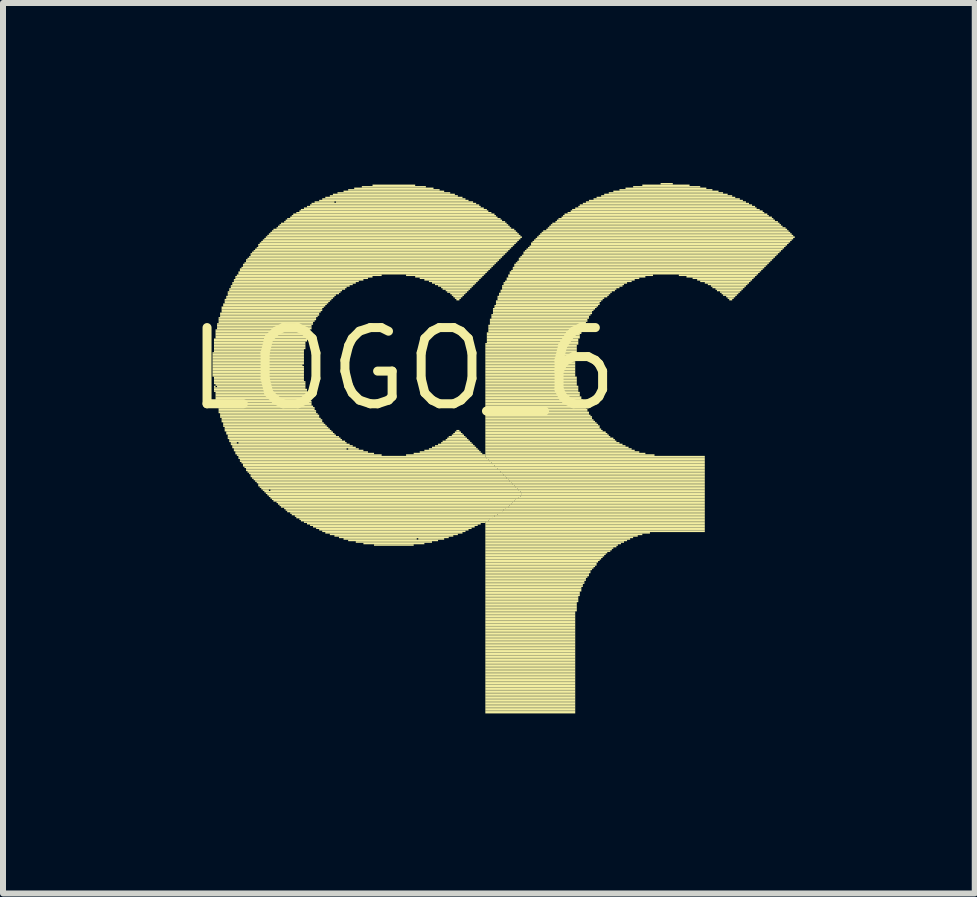
<source format=kicad_pcb>
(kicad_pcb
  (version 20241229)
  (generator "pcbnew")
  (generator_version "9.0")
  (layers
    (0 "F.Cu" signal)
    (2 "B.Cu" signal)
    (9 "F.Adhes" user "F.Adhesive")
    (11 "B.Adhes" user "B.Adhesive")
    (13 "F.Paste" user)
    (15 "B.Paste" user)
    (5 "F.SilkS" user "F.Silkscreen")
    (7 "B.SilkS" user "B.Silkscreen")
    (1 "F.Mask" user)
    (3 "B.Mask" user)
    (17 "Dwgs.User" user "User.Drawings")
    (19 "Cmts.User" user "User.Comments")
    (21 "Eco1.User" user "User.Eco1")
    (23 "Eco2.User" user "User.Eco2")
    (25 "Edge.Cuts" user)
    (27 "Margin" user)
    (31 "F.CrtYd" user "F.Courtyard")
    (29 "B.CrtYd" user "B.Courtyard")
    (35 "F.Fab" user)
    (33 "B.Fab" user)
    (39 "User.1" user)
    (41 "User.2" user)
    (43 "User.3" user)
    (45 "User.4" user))
  (footprint "LOGO_6"
    (layer "F.Cu")
    (at 3.666 3.099)
    (property "Reference" "LOGO_6" (at 0 0 0) (layer "F.SilkS") (effects (font (size 1.27 1.27) (thickness 0.15))))
    (fp_poly (pts (xy -3.175 -0.254) (xy -1.651 -0.254) (xy -1.651 -0.279) (xy -3.175 -0.279)) (stroke (width 0) (type solid)) (fill yes) (layer "F.SilkS"))
    (fp_poly (pts (xy -3.175 -0.229) (xy -1.651 -0.229) (xy -1.651 -0.254) (xy -3.175 -0.254)) (stroke (width 0) (type solid)) (fill yes) (layer "F.SilkS"))
    (fp_poly (pts (xy -3.175 -0.203) (xy -1.651 -0.203) (xy -1.651 -0.229) (xy -3.175 -0.229)) (stroke (width 0) (type solid)) (fill yes) (layer "F.SilkS"))
    (fp_poly (pts (xy -3.175 -0.178) (xy -1.651 -0.178) (xy -1.651 -0.203) (xy -3.175 -0.203)) (stroke (width 0) (type solid)) (fill yes) (layer "F.SilkS"))
    (fp_poly (pts (xy -3.175 -0.152) (xy -1.651 -0.152) (xy -1.651 -0.178) (xy -3.175 -0.178)) (stroke (width 0) (type solid)) (fill yes) (layer "F.SilkS"))
    (fp_poly (pts (xy -3.175 -0.127) (xy -1.651 -0.127) (xy -1.651 -0.152) (xy -3.175 -0.152)) (stroke (width 0) (type solid)) (fill yes) (layer "F.SilkS"))
    (fp_poly (pts (xy -3.175 -0.102) (xy -1.651 -0.102) (xy -1.651 -0.127) (xy -3.175 -0.127)) (stroke (width 0) (type solid)) (fill yes) (layer "F.SilkS"))
    (fp_poly (pts (xy -3.175 -0.076) (xy -1.651 -0.076) (xy -1.651 -0.102) (xy -3.175 -0.102)) (stroke (width 0) (type solid)) (fill yes) (layer "F.SilkS"))
    (fp_poly (pts (xy -3.175 -0.051) (xy -1.676 -0.051) (xy -1.676 -0.076) (xy -3.175 -0.076)) (stroke (width 0) (type solid)) (fill yes) (layer "F.SilkS"))
    (fp_poly (pts (xy -3.175 -0.025) (xy -1.651 -0.025) (xy -1.651 -0.051) (xy -3.175 -0.051)) (stroke (width 0) (type solid)) (fill yes) (layer "F.SilkS"))
    (fp_poly (pts (xy -3.175 0) (xy -1.651 0) (xy -1.651 -0.025) (xy -3.175 -0.025)) (stroke (width 0) (type solid)) (fill yes) (layer "F.SilkS"))
    (fp_poly (pts (xy -3.175 0.025) (xy -1.651 0.025) (xy -1.651 0) (xy -3.175 0)) (stroke (width 0) (type solid)) (fill yes) (layer "F.SilkS"))
    (fp_poly (pts (xy -3.175 0.051) (xy -1.651 0.051) (xy -1.651 0.025) (xy -3.175 0.025)) (stroke (width 0) (type solid)) (fill yes) (layer "F.SilkS"))
    (fp_poly (pts (xy -3.175 0.076) (xy -1.651 0.076) (xy -1.651 0.051) (xy -3.175 0.051)) (stroke (width 0) (type solid)) (fill yes) (layer "F.SilkS"))
    (fp_poly (pts (xy -3.175 0.102) (xy -1.651 0.102) (xy -1.651 0.076) (xy -3.175 0.076)) (stroke (width 0) (type solid)) (fill yes) (layer "F.SilkS"))
    (fp_poly (pts (xy -3.175 0.127) (xy -1.651 0.127) (xy -1.651 0.102) (xy -3.175 0.102)) (stroke (width 0) (type solid)) (fill yes) (layer "F.SilkS"))
    (fp_poly (pts (xy -3.15 -0.483) (xy -1.6 -0.483) (xy -1.6 -0.508) (xy -3.15 -0.508)) (stroke (width 0) (type solid)) (fill yes) (layer "F.SilkS"))
    (fp_poly (pts (xy -3.15 -0.457) (xy -1.6 -0.457) (xy -1.6 -0.483) (xy -3.15 -0.483)) (stroke (width 0) (type solid)) (fill yes) (layer "F.SilkS"))
    (fp_poly (pts (xy -3.15 -0.432) (xy -1.626 -0.432) (xy -1.626 -0.457) (xy -3.15 -0.457)) (stroke (width 0) (type solid)) (fill yes) (layer "F.SilkS"))
    (fp_poly (pts (xy -3.15 -0.406) (xy -1.626 -0.406) (xy -1.626 -0.432) (xy -3.15 -0.432)) (stroke (width 0) (type solid)) (fill yes) (layer "F.SilkS"))
    (fp_poly (pts (xy -3.15 -0.381) (xy -1.626 -0.381) (xy -1.626 -0.406) (xy -3.15 -0.406)) (stroke (width 0) (type solid)) (fill yes) (layer "F.SilkS"))
    (fp_poly (pts (xy -3.15 -0.356) (xy -1.626 -0.356) (xy -1.626 -0.381) (xy -3.15 -0.381)) (stroke (width 0) (type solid)) (fill yes) (layer "F.SilkS"))
    (fp_poly (pts (xy -3.15 -0.33) (xy -1.626 -0.33) (xy -1.626 -0.356) (xy -3.15 -0.356)) (stroke (width 0) (type solid)) (fill yes) (layer "F.SilkS"))
    (fp_poly (pts (xy -3.15 -0.305) (xy -1.651 -0.305) (xy -1.651 -0.33) (xy -3.15 -0.33)) (stroke (width 0) (type solid)) (fill yes) (layer "F.SilkS"))
    (fp_poly (pts (xy -3.15 -0.279) (xy -1.651 -0.279) (xy -1.651 -0.305) (xy -3.15 -0.305)) (stroke (width 0) (type solid)) (fill yes) (layer "F.SilkS"))
    (fp_poly (pts (xy -3.15 0.152) (xy -1.651 0.152) (xy -1.651 0.127) (xy -3.15 0.127)) (stroke (width 0) (type solid)) (fill yes) (layer "F.SilkS"))
    (fp_poly (pts (xy -3.15 0.178) (xy -1.651 0.178) (xy -1.651 0.152) (xy -3.15 0.152)) (stroke (width 0) (type solid)) (fill yes) (layer "F.SilkS"))
    (fp_poly (pts (xy -3.15 0.203) (xy -1.651 0.203) (xy -1.651 0.178) (xy -3.15 0.178)) (stroke (width 0) (type solid)) (fill yes) (layer "F.SilkS"))
    (fp_poly (pts (xy -3.15 0.229) (xy -1.626 0.229) (xy -1.626 0.203) (xy -3.15 0.203)) (stroke (width 0) (type solid)) (fill yes) (layer "F.SilkS"))
    (fp_poly (pts (xy -3.15 0.254) (xy -1.626 0.254) (xy -1.626 0.229) (xy -3.15 0.229)) (stroke (width 0) (type solid)) (fill yes) (layer "F.SilkS"))
    (fp_poly (pts (xy -3.15 0.305) (xy -3.124 0.305) (xy -3.124 0.279) (xy -3.15 0.279)) (stroke (width 0) (type solid)) (fill yes) (layer "F.SilkS"))
    (fp_poly (pts (xy -3.15 0.33) (xy -1.626 0.33) (xy -1.626 0.305) (xy -3.15 0.305)) (stroke (width 0) (type solid)) (fill yes) (layer "F.SilkS"))
    (fp_poly (pts (xy -3.15 0.356) (xy -1.6 0.356) (xy -1.6 0.33) (xy -3.15 0.33)) (stroke (width 0) (type solid)) (fill yes) (layer "F.SilkS"))
    (fp_poly (pts (xy -3.15 0.381) (xy -1.6 0.381) (xy -1.6 0.356) (xy -3.15 0.356)) (stroke (width 0) (type solid)) (fill yes) (layer "F.SilkS"))
    (fp_poly (pts (xy -3.124 -0.635) (xy -1.549 -0.635) (xy -1.549 -0.66) (xy -3.124 -0.66)) (stroke (width 0) (type solid)) (fill yes) (layer "F.SilkS"))
    (fp_poly (pts (xy -3.124 -0.61) (xy -1.549 -0.61) (xy -1.549 -0.635) (xy -3.124 -0.635)) (stroke (width 0) (type solid)) (fill yes) (layer "F.SilkS"))
    (fp_poly (pts (xy -3.124 -0.584) (xy -1.575 -0.584) (xy -1.575 -0.61) (xy -3.124 -0.61)) (stroke (width 0) (type solid)) (fill yes) (layer "F.SilkS"))
    (fp_poly (pts (xy -3.124 -0.559) (xy -1.575 -0.559) (xy -1.575 -0.584) (xy -3.124 -0.584)) (stroke (width 0) (type solid)) (fill yes) (layer "F.SilkS"))
    (fp_poly (pts (xy -3.124 -0.533) (xy -1.575 -0.533) (xy -1.575 -0.559) (xy -3.124 -0.559)) (stroke (width 0) (type solid)) (fill yes) (layer "F.SilkS"))
    (fp_poly (pts (xy -3.124 -0.508) (xy -1.6 -0.508) (xy -1.6 -0.533) (xy -3.124 -0.533)) (stroke (width 0) (type solid)) (fill yes) (layer "F.SilkS"))
    (fp_poly (pts (xy -3.124 0.279) (xy -1.626 0.279) (xy -1.626 0.254) (xy -3.124 0.254)) (stroke (width 0) (type solid)) (fill yes) (layer "F.SilkS"))
    (fp_poly (pts (xy -3.124 0.406) (xy -1.6 0.406) (xy -1.6 0.381) (xy -3.124 0.381)) (stroke (width 0) (type solid)) (fill yes) (layer "F.SilkS"))
    (fp_poly (pts (xy -3.124 0.432) (xy -1.575 0.432) (xy -1.575 0.406) (xy -3.124 0.406)) (stroke (width 0) (type solid)) (fill yes) (layer "F.SilkS"))
    (fp_poly (pts (xy -3.124 0.457) (xy -1.575 0.457) (xy -1.575 0.432) (xy -3.124 0.432)) (stroke (width 0) (type solid)) (fill yes) (layer "F.SilkS"))
    (fp_poly (pts (xy -3.124 0.483) (xy -1.575 0.483) (xy -1.575 0.457) (xy -3.124 0.457)) (stroke (width 0) (type solid)) (fill yes) (layer "F.SilkS"))
    (fp_poly (pts (xy -3.124 0.508) (xy -1.549 0.508) (xy -1.549 0.483) (xy -3.124 0.483)) (stroke (width 0) (type solid)) (fill yes) (layer "F.SilkS"))
    (fp_poly (pts (xy -3.124 0.533) (xy -1.549 0.533) (xy -1.549 0.508) (xy -3.124 0.508)) (stroke (width 0) (type solid)) (fill yes) (layer "F.SilkS"))
    (fp_poly (pts (xy -3.099 -0.737) (xy -1.499 -0.737) (xy -1.499 -0.762) (xy -3.099 -0.762)) (stroke (width 0) (type solid)) (fill yes) (layer "F.SilkS"))
    (fp_poly (pts (xy -3.099 -0.711) (xy -1.524 -0.711) (xy -1.524 -0.737) (xy -3.099 -0.737)) (stroke (width 0) (type solid)) (fill yes) (layer "F.SilkS"))
    (fp_poly (pts (xy -3.099 -0.686) (xy -1.524 -0.686) (xy -1.524 -0.711) (xy -3.099 -0.711)) (stroke (width 0) (type solid)) (fill yes) (layer "F.SilkS"))
    (fp_poly (pts (xy -3.099 -0.66) (xy -1.524 -0.66) (xy -1.524 -0.686) (xy -3.099 -0.686)) (stroke (width 0) (type solid)) (fill yes) (layer "F.SilkS"))
    (fp_poly (pts (xy -3.099 0.305) (xy -1.626 0.305) (xy -1.626 0.279) (xy -3.099 0.279)) (stroke (width 0) (type solid)) (fill yes) (layer "F.SilkS"))
    (fp_poly (pts (xy -3.099 0.559) (xy -1.524 0.559) (xy -1.524 0.533) (xy -3.099 0.533)) (stroke (width 0) (type solid)) (fill yes) (layer "F.SilkS"))
    (fp_poly (pts (xy -3.099 0.584) (xy -1.524 0.584) (xy -1.524 0.559) (xy -3.099 0.559)) (stroke (width 0) (type solid)) (fill yes) (layer "F.SilkS"))
    (fp_poly (pts (xy -3.099 0.61) (xy -1.524 0.61) (xy -1.524 0.584) (xy -3.099 0.584)) (stroke (width 0) (type solid)) (fill yes) (layer "F.SilkS"))
    (fp_poly (pts (xy -3.099 0.635) (xy -1.499 0.635) (xy -1.499 0.61) (xy -3.099 0.61)) (stroke (width 0) (type solid)) (fill yes) (layer "F.SilkS"))
    (fp_poly (pts (xy -3.073 -0.838) (xy -1.448 -0.838) (xy -1.448 -0.864) (xy -3.073 -0.864)) (stroke (width 0) (type solid)) (fill yes) (layer "F.SilkS"))
    (fp_poly (pts (xy -3.073 -0.813) (xy -1.448 -0.813) (xy -1.448 -0.838) (xy -3.073 -0.838)) (stroke (width 0) (type solid)) (fill yes) (layer "F.SilkS"))
    (fp_poly (pts (xy -3.073 -0.787) (xy -1.473 -0.787) (xy -1.473 -0.813) (xy -3.073 -0.813)) (stroke (width 0) (type solid)) (fill yes) (layer "F.SilkS"))
    (fp_poly (pts (xy -3.073 -0.762) (xy -1.499 -0.762) (xy -1.499 -0.787) (xy -3.073 -0.787)) (stroke (width 0) (type solid)) (fill yes) (layer "F.SilkS"))
    (fp_poly (pts (xy -3.073 0.66) (xy -1.473 0.66) (xy -1.473 0.635) (xy -3.073 0.635)) (stroke (width 0) (type solid)) (fill yes) (layer "F.SilkS"))
    (fp_poly (pts (xy -3.073 0.686) (xy -1.473 0.686) (xy -1.473 0.66) (xy -3.073 0.66)) (stroke (width 0) (type solid)) (fill yes) (layer "F.SilkS"))
    (fp_poly (pts (xy -3.073 0.711) (xy -1.448 0.711) (xy -1.448 0.686) (xy -3.073 0.686)) (stroke (width 0) (type solid)) (fill yes) (layer "F.SilkS"))
    (fp_poly (pts (xy -3.073 0.737) (xy -1.448 0.737) (xy -1.448 0.711) (xy -3.073 0.711)) (stroke (width 0) (type solid)) (fill yes) (layer "F.SilkS"))
    (fp_poly (pts (xy -3.048 -0.914) (xy -1.397 -0.914) (xy -1.397 -0.94) (xy -3.048 -0.94)) (stroke (width 0) (type solid)) (fill yes) (layer "F.SilkS"))
    (fp_poly (pts (xy -3.048 -0.889) (xy -1.397 -0.889) (xy -1.397 -0.914) (xy -3.048 -0.914)) (stroke (width 0) (type solid)) (fill yes) (layer "F.SilkS"))
    (fp_poly (pts (xy -3.048 -0.864) (xy -1.422 -0.864) (xy -1.422 -0.889) (xy -3.048 -0.889)) (stroke (width 0) (type solid)) (fill yes) (layer "F.SilkS"))
    (fp_poly (pts (xy -3.048 0.762) (xy -1.422 0.762) (xy -1.422 0.737) (xy -3.048 0.737)) (stroke (width 0) (type solid)) (fill yes) (layer "F.SilkS"))
    (fp_poly (pts (xy -3.048 0.787) (xy -1.397 0.787) (xy -1.397 0.762) (xy -3.048 0.762)) (stroke (width 0) (type solid)) (fill yes) (layer "F.SilkS"))
    (fp_poly (pts (xy -3.048 0.813) (xy -1.397 0.813) (xy -1.397 0.787) (xy -3.048 0.787)) (stroke (width 0) (type solid)) (fill yes) (layer "F.SilkS"))
    (fp_poly (pts (xy -3.023 -1.016) (xy -1.321 -1.016) (xy -1.321 -1.041) (xy -3.023 -1.041)) (stroke (width 0) (type solid)) (fill yes) (layer "F.SilkS"))
    (fp_poly (pts (xy -3.023 -0.991) (xy -1.346 -0.991) (xy -1.346 -1.016) (xy -3.023 -1.016)) (stroke (width 0) (type solid)) (fill yes) (layer "F.SilkS"))
    (fp_poly (pts (xy -3.023 -0.965) (xy -1.346 -0.965) (xy -1.346 -0.991) (xy -3.023 -0.991)) (stroke (width 0) (type solid)) (fill yes) (layer "F.SilkS"))
    (fp_poly (pts (xy -3.023 -0.94) (xy -1.372 -0.94) (xy -1.372 -0.965) (xy -3.023 -0.965)) (stroke (width 0) (type solid)) (fill yes) (layer "F.SilkS"))
    (fp_poly (pts (xy -3.023 0.838) (xy -1.372 0.838) (xy -1.372 0.813) (xy -3.023 0.813)) (stroke (width 0) (type solid)) (fill yes) (layer "F.SilkS"))
    (fp_poly (pts (xy -3.023 0.864) (xy -1.346 0.864) (xy -1.346 0.838) (xy -3.023 0.838)) (stroke (width 0) (type solid)) (fill yes) (layer "F.SilkS"))
    (fp_poly (pts (xy -3.023 0.889) (xy -1.346 0.889) (xy -1.346 0.864) (xy -3.023 0.864)) (stroke (width 0) (type solid)) (fill yes) (layer "F.SilkS"))
    (fp_poly (pts (xy -2.997 -1.067) (xy -1.27 -1.067) (xy -1.27 -1.092) (xy -2.997 -1.092)) (stroke (width 0) (type solid)) (fill yes) (layer "F.SilkS"))
    (fp_poly (pts (xy -2.997 -1.041) (xy -1.295 -1.041) (xy -1.295 -1.067) (xy -2.997 -1.067)) (stroke (width 0) (type solid)) (fill yes) (layer "F.SilkS"))
    (fp_poly (pts (xy -2.997 0.914) (xy -1.321 0.914) (xy -1.321 0.889) (xy -2.997 0.889)) (stroke (width 0) (type solid)) (fill yes) (layer "F.SilkS"))
    (fp_poly (pts (xy -2.997 0.94) (xy -1.295 0.94) (xy -1.295 0.914) (xy -2.997 0.914)) (stroke (width 0) (type solid)) (fill yes) (layer "F.SilkS"))
    (fp_poly (pts (xy -2.997 0.965) (xy -1.27 0.965) (xy -1.27 0.94) (xy -2.997 0.94)) (stroke (width 0) (type solid)) (fill yes) (layer "F.SilkS"))
    (fp_poly (pts (xy -2.972 -1.143) (xy -1.194 -1.143) (xy -1.194 -1.168) (xy -2.972 -1.168)) (stroke (width 0) (type solid)) (fill yes) (layer "F.SilkS"))
    (fp_poly (pts (xy -2.972 -1.118) (xy -1.219 -1.118) (xy -1.219 -1.143) (xy -2.972 -1.143)) (stroke (width 0) (type solid)) (fill yes) (layer "F.SilkS"))
    (fp_poly (pts (xy -2.972 -1.092) (xy -1.245 -1.092) (xy -1.245 -1.118) (xy -2.972 -1.118)) (stroke (width 0) (type solid)) (fill yes) (layer "F.SilkS"))
    (fp_poly (pts (xy -2.972 0.991) (xy -1.245 0.991) (xy -1.245 0.965) (xy -2.972 0.965)) (stroke (width 0) (type solid)) (fill yes) (layer "F.SilkS"))
    (fp_poly (pts (xy -2.972 1.016) (xy -1.219 1.016) (xy -1.219 0.991) (xy -2.972 0.991)) (stroke (width 0) (type solid)) (fill yes) (layer "F.SilkS"))
    (fp_poly (pts (xy -2.972 1.041) (xy -1.194 1.041) (xy -1.194 1.016) (xy -2.972 1.016)) (stroke (width 0) (type solid)) (fill yes) (layer "F.SilkS"))
    (fp_poly (pts (xy -2.946 -1.194) (xy -1.143 -1.194) (xy -1.143 -1.219) (xy -2.946 -1.219)) (stroke (width 0) (type solid)) (fill yes) (layer "F.SilkS"))
    (fp_poly (pts (xy -2.946 -1.168) (xy -1.168 -1.168) (xy -1.168 -1.194) (xy -2.946 -1.194)) (stroke (width 0) (type solid)) (fill yes) (layer "F.SilkS"))
    (fp_poly (pts (xy -2.946 1.067) (xy -1.168 1.067) (xy -1.168 1.041) (xy -2.946 1.041)) (stroke (width 0) (type solid)) (fill yes) (layer "F.SilkS"))
    (fp_poly (pts (xy -2.946 1.092) (xy -1.143 1.092) (xy -1.143 1.067) (xy -2.946 1.067)) (stroke (width 0) (type solid)) (fill yes) (layer "F.SilkS"))
    (fp_poly (pts (xy -2.921 -1.27) (xy -1.041 -1.27) (xy -1.041 -1.295) (xy -2.921 -1.295)) (stroke (width 0) (type solid)) (fill yes) (layer "F.SilkS"))
    (fp_poly (pts (xy -2.921 -1.245) (xy -1.067 -1.245) (xy -1.067 -1.27) (xy -2.921 -1.27)) (stroke (width 0) (type solid)) (fill yes) (layer "F.SilkS"))
    (fp_poly (pts (xy -2.921 -1.219) (xy -1.118 -1.219) (xy -1.118 -1.245) (xy -2.921 -1.245)) (stroke (width 0) (type solid)) (fill yes) (layer "F.SilkS"))
    (fp_poly (pts (xy -2.921 1.118) (xy -1.118 1.118) (xy -1.118 1.092) (xy -2.921 1.092)) (stroke (width 0) (type solid)) (fill yes) (layer "F.SilkS"))
    (fp_poly (pts (xy -2.921 1.143) (xy -1.067 1.143) (xy -1.067 1.118) (xy -2.921 1.118)) (stroke (width 0) (type solid)) (fill yes) (layer "F.SilkS"))
    (fp_poly (pts (xy -2.921 1.168) (xy -1.041 1.168) (xy -1.041 1.143) (xy -2.921 1.143)) (stroke (width 0) (type solid)) (fill yes) (layer "F.SilkS"))
    (fp_poly (pts (xy -2.896 -1.321) (xy -0.965 -1.321) (xy -0.965 -1.346) (xy -2.896 -1.346)) (stroke (width 0) (type solid)) (fill yes) (layer "F.SilkS"))
    (fp_poly (pts (xy -2.896 -1.295) (xy -1.016 -1.295) (xy -1.016 -1.321) (xy -2.896 -1.321)) (stroke (width 0) (type solid)) (fill yes) (layer "F.SilkS"))
    (fp_poly (pts (xy -2.896 1.194) (xy -1.016 1.194) (xy -1.016 1.168) (xy -2.896 1.168)) (stroke (width 0) (type solid)) (fill yes) (layer "F.SilkS"))
    (fp_poly (pts (xy -2.896 1.219) (xy -0.965 1.219) (xy -0.965 1.194) (xy -2.896 1.194)) (stroke (width 0) (type solid)) (fill yes) (layer "F.SilkS"))
    (fp_poly (pts (xy -2.87 -1.372) (xy -0.889 -1.372) (xy -0.889 -1.397) (xy -2.87 -1.397)) (stroke (width 0) (type solid)) (fill yes) (layer "F.SilkS"))
    (fp_poly (pts (xy -2.87 -1.346) (xy -0.94 -1.346) (xy -0.94 -1.372) (xy -2.87 -1.372)) (stroke (width 0) (type solid)) (fill yes) (layer "F.SilkS"))
    (fp_poly (pts (xy -2.87 1.245) (xy -2.769 1.245) (xy -2.769 1.219) (xy -2.87 1.219)) (stroke (width 0) (type solid)) (fill yes) (layer "F.SilkS"))
    (fp_poly (pts (xy -2.87 1.27) (xy -0.889 1.27) (xy -0.889 1.245) (xy -2.87 1.245)) (stroke (width 0) (type solid)) (fill yes) (layer "F.SilkS"))
    (fp_poly (pts (xy -2.845 -1.422) (xy -0.787 -1.422) (xy -0.787 -1.448) (xy -2.845 -1.448)) (stroke (width 0) (type solid)) (fill yes) (layer "F.SilkS"))
    (fp_poly (pts (xy -2.845 -1.397) (xy -0.838 -1.397) (xy -0.838 -1.422) (xy -2.845 -1.422)) (stroke (width 0) (type solid)) (fill yes) (layer "F.SilkS"))
    (fp_poly (pts (xy -2.845 1.295) (xy -0.838 1.295) (xy -0.838 1.27) (xy -2.845 1.27)) (stroke (width 0) (type solid)) (fill yes) (layer "F.SilkS"))
    (fp_poly (pts (xy -2.845 1.321) (xy -0.787 1.321) (xy -0.787 1.295) (xy -2.845 1.295)) (stroke (width 0) (type solid)) (fill yes) (layer "F.SilkS"))
    (fp_poly (pts (xy -2.819 -1.473) (xy -0.66 -1.473) (xy -0.66 -1.499) (xy -2.819 -1.499)) (stroke (width 0) (type solid)) (fill yes) (layer "F.SilkS"))
    (fp_poly (pts (xy -2.819 -1.448) (xy -0.737 -1.448) (xy -0.737 -1.473) (xy -2.819 -1.473)) (stroke (width 0) (type solid)) (fill yes) (layer "F.SilkS"))
    (fp_poly (pts (xy -2.819 1.346) (xy -0.94 1.346) (xy -0.94 1.321) (xy -2.819 1.321)) (stroke (width 0) (type solid)) (fill yes) (layer "F.SilkS"))
    (fp_poly (pts (xy -2.819 1.372) (xy -0.66 1.372) (xy -0.66 1.346) (xy -2.819 1.346)) (stroke (width 0) (type solid)) (fill yes) (layer "F.SilkS"))
    (fp_poly (pts (xy -2.794 -1.524) (xy -0.508 -1.524) (xy -0.508 -1.549) (xy -2.794 -1.549)) (stroke (width 0) (type solid)) (fill yes) (layer "F.SilkS"))
    (fp_poly (pts (xy -2.794 -1.499) (xy -0.584 -1.499) (xy -0.584 -1.524) (xy -2.794 -1.524)) (stroke (width 0) (type solid)) (fill yes) (layer "F.SilkS"))
    (fp_poly (pts (xy -2.794 1.397) (xy -0.584 1.397) (xy -0.584 1.372) (xy -2.794 1.372)) (stroke (width 0) (type solid)) (fill yes) (layer "F.SilkS"))
    (fp_poly (pts (xy -2.794 1.422) (xy -0.483 1.422) (xy -0.483 1.397) (xy -2.794 1.397)) (stroke (width 0) (type solid)) (fill yes) (layer "F.SilkS"))
    (fp_poly (pts (xy -2.769 -1.549) (xy -0.356 -1.549) (xy -0.356 -1.575) (xy -2.769 -1.575)) (stroke (width 0) (type solid)) (fill yes) (layer "F.SilkS"))
    (fp_poly (pts (xy -2.769 1.448) (xy -0.356 1.448) (xy -0.356 1.422) (xy -2.769 1.422)) (stroke (width 0) (type solid)) (fill yes) (layer "F.SilkS"))
    (fp_poly (pts (xy -2.743 -1.6) (xy 1.397 -1.6) (xy 1.397 -1.626) (xy -2.743 -1.626)) (stroke (width 0) (type solid)) (fill yes) (layer "F.SilkS"))
    (fp_poly (pts (xy -2.743 -1.575) (xy 1.372 -1.575) (xy 1.372 -1.6) (xy -2.743 -1.6)) (stroke (width 0) (type solid)) (fill yes) (layer "F.SilkS"))
    (fp_poly (pts (xy -2.743 1.245) (xy -0.94 1.245) (xy -0.94 1.219) (xy -2.743 1.219)) (stroke (width 0) (type solid)) (fill yes) (layer "F.SilkS"))
    (fp_poly (pts (xy -2.743 1.473) (xy 1.372 1.473) (xy 1.372 1.448) (xy -2.743 1.448)) (stroke (width 0) (type solid)) (fill yes) (layer "F.SilkS"))
    (fp_poly (pts (xy -2.743 1.499) (xy 1.397 1.499) (xy 1.397 1.473) (xy -2.743 1.473)) (stroke (width 0) (type solid)) (fill yes) (layer "F.SilkS"))
    (fp_poly (pts (xy -2.718 -1.651) (xy 1.448 -1.651) (xy 1.448 -1.676) (xy -2.718 -1.676)) (stroke (width 0) (type solid)) (fill yes) (layer "F.SilkS"))
    (fp_poly (pts (xy -2.718 -1.626) (xy 1.422 -1.626) (xy 1.422 -1.651) (xy -2.718 -1.651)) (stroke (width 0) (type solid)) (fill yes) (layer "F.SilkS"))
    (fp_poly (pts (xy -2.718 1.524) (xy 1.422 1.524) (xy 1.422 1.499) (xy -2.718 1.499)) (stroke (width 0) (type solid)) (fill yes) (layer "F.SilkS"))
    (fp_poly (pts (xy -2.718 1.549) (xy 1.448 1.549) (xy 1.448 1.524) (xy -2.718 1.524)) (stroke (width 0) (type solid)) (fill yes) (layer "F.SilkS"))
    (fp_poly (pts (xy -2.692 -1.676) (xy 1.473 -1.676) (xy 1.473 -1.702) (xy -2.692 -1.702)) (stroke (width 0) (type solid)) (fill yes) (layer "F.SilkS"))
    (fp_poly (pts (xy -2.692 1.575) (xy 1.473 1.575) (xy 1.473 1.549) (xy -2.692 1.549)) (stroke (width 0) (type solid)) (fill yes) (layer "F.SilkS"))
    (fp_poly (pts (xy -2.667 -1.727) (xy 1.524 -1.727) (xy 1.524 -1.753) (xy -2.667 -1.753)) (stroke (width 0) (type solid)) (fill yes) (layer "F.SilkS"))
    (fp_poly (pts (xy -2.667 -1.702) (xy 1.499 -1.702) (xy 1.499 -1.727) (xy -2.667 -1.727)) (stroke (width 0) (type solid)) (fill yes) (layer "F.SilkS"))
    (fp_poly (pts (xy -2.667 1.6) (xy 1.499 1.6) (xy 1.499 1.575) (xy -2.667 1.575)) (stroke (width 0) (type solid)) (fill yes) (layer "F.SilkS"))
    (fp_poly (pts (xy -2.667 1.626) (xy 1.524 1.626) (xy 1.524 1.6) (xy -2.667 1.6)) (stroke (width 0) (type solid)) (fill yes) (layer "F.SilkS"))
    (fp_poly (pts (xy -2.642 -1.753) (xy 1.549 -1.753) (xy 1.549 -1.778) (xy -2.642 -1.778)) (stroke (width 0) (type solid)) (fill yes) (layer "F.SilkS"))
    (fp_poly (pts (xy -2.642 1.651) (xy 1.549 1.651) (xy 1.549 1.626) (xy -2.642 1.626)) (stroke (width 0) (type solid)) (fill yes) (layer "F.SilkS"))
    (fp_poly (pts (xy -2.616 -1.803) (xy 1.6 -1.803) (xy 1.6 -1.829) (xy -2.616 -1.829)) (stroke (width 0) (type solid)) (fill yes) (layer "F.SilkS"))
    (fp_poly (pts (xy -2.616 -1.778) (xy 1.575 -1.778) (xy 1.575 -1.803) (xy -2.616 -1.803)) (stroke (width 0) (type solid)) (fill yes) (layer "F.SilkS"))
    (fp_poly (pts (xy -2.616 1.676) (xy 1.575 1.676) (xy 1.575 1.651) (xy -2.616 1.651)) (stroke (width 0) (type solid)) (fill yes) (layer "F.SilkS"))
    (fp_poly (pts (xy -2.616 1.702) (xy 1.6 1.702) (xy 1.6 1.676) (xy -2.616 1.676)) (stroke (width 0) (type solid)) (fill yes) (layer "F.SilkS"))
    (fp_poly (pts (xy -2.591 -1.829) (xy 1.626 -1.829) (xy 1.626 -1.854) (xy -2.591 -1.854)) (stroke (width 0) (type solid)) (fill yes) (layer "F.SilkS"))
    (fp_poly (pts (xy -2.591 1.727) (xy 1.626 1.727) (xy 1.626 1.702) (xy -2.591 1.702)) (stroke (width 0) (type solid)) (fill yes) (layer "F.SilkS"))
    (fp_poly (pts (xy -2.565 -1.854) (xy 1.651 -1.854) (xy 1.651 -1.88) (xy -2.565 -1.88)) (stroke (width 0) (type solid)) (fill yes) (layer "F.SilkS"))
    (fp_poly (pts (xy -2.565 1.753) (xy 1.651 1.753) (xy 1.651 1.727) (xy -2.565 1.727)) (stroke (width 0) (type solid)) (fill yes) (layer "F.SilkS"))
    (fp_poly (pts (xy -2.54 -1.905) (xy 1.702 -1.905) (xy 1.702 -1.93) (xy -2.54 -1.93)) (stroke (width 0) (type solid)) (fill yes) (layer "F.SilkS"))
    (fp_poly (pts (xy -2.54 -1.88) (xy 1.676 -1.88) (xy 1.676 -1.905) (xy -2.54 -1.905)) (stroke (width 0) (type solid)) (fill yes) (layer "F.SilkS"))
    (fp_poly (pts (xy -2.54 1.778) (xy 1.676 1.778) (xy 1.676 1.753) (xy -2.54 1.753)) (stroke (width 0) (type solid)) (fill yes) (layer "F.SilkS"))
    (fp_poly (pts (xy -2.54 1.803) (xy 1.702 1.803) (xy 1.702 1.778) (xy -2.54 1.778)) (stroke (width 0) (type solid)) (fill yes) (layer "F.SilkS"))
    (fp_poly (pts (xy -2.515 -1.93) (xy 1.727 -1.93) (xy 1.727 -1.956) (xy -2.515 -1.956)) (stroke (width 0) (type solid)) (fill yes) (layer "F.SilkS"))
    (fp_poly (pts (xy -2.515 1.829) (xy 1.727 1.829) (xy 1.727 1.803) (xy -2.515 1.803)) (stroke (width 0) (type solid)) (fill yes) (layer "F.SilkS"))
    (fp_poly (pts (xy -2.489 -1.956) (xy 1.753 -1.956) (xy 1.753 -1.981) (xy -2.489 -1.981)) (stroke (width 0) (type solid)) (fill yes) (layer "F.SilkS"))
    (fp_poly (pts (xy -2.489 1.854) (xy 1.753 1.854) (xy 1.753 1.829) (xy -2.489 1.829)) (stroke (width 0) (type solid)) (fill yes) (layer "F.SilkS"))
    (fp_poly (pts (xy -2.464 -1.981) (xy 1.778 -1.981) (xy 1.778 -2.007) (xy -2.464 -2.007)) (stroke (width 0) (type solid)) (fill yes) (layer "F.SilkS"))
    (fp_poly (pts (xy -2.464 1.88) (xy 1.778 1.88) (xy 1.778 1.854) (xy -2.464 1.854)) (stroke (width 0) (type solid)) (fill yes) (layer "F.SilkS"))
    (fp_poly (pts (xy -2.438 -2.007) (xy 1.803 -2.007) (xy 1.803 -2.032) (xy -2.438 -2.032)) (stroke (width 0) (type solid)) (fill yes) (layer "F.SilkS"))
    (fp_poly (pts (xy -2.438 1.905) (xy 1.803 1.905) (xy 1.803 1.88) (xy -2.438 1.88)) (stroke (width 0) (type solid)) (fill yes) (layer "F.SilkS"))
    (fp_poly (pts (xy -2.413 -2.057) (xy 1.854 -2.057) (xy 1.854 -2.083) (xy -2.413 -2.083)) (stroke (width 0) (type solid)) (fill yes) (layer "F.SilkS"))
    (fp_poly (pts (xy -2.413 -2.032) (xy 1.829 -2.032) (xy 1.829 -2.057) (xy -2.413 -2.057)) (stroke (width 0) (type solid)) (fill yes) (layer "F.SilkS"))
    (fp_poly (pts (xy -2.413 1.93) (xy 1.829 1.93) (xy 1.829 1.905) (xy -2.413 1.905)) (stroke (width 0) (type solid)) (fill yes) (layer "F.SilkS"))
    (fp_poly (pts (xy -2.413 1.956) (xy 1.854 1.956) (xy 1.854 1.93) (xy -2.413 1.93)) (stroke (width 0) (type solid)) (fill yes) (layer "F.SilkS"))
    (fp_poly (pts (xy -2.388 -2.083) (xy 1.88 -2.083) (xy 1.88 -2.108) (xy -2.388 -2.108)) (stroke (width 0) (type solid)) (fill yes) (layer "F.SilkS"))
    (fp_poly (pts (xy -2.388 1.981) (xy 1.88 1.981) (xy 1.88 1.956) (xy -2.388 1.956)) (stroke (width 0) (type solid)) (fill yes) (layer "F.SilkS"))
    (fp_poly (pts (xy -2.362 -2.108) (xy 1.905 -2.108) (xy 1.905 -2.134) (xy -2.362 -2.134)) (stroke (width 0) (type solid)) (fill yes) (layer "F.SilkS"))
    (fp_poly (pts (xy -2.362 2.007) (xy 1.905 2.007) (xy 1.905 1.981) (xy -2.362 1.981)) (stroke (width 0) (type solid)) (fill yes) (layer "F.SilkS"))
    (fp_poly (pts (xy -2.337 -2.134) (xy 1.93 -2.134) (xy 1.93 -2.159) (xy -2.337 -2.159)) (stroke (width 0) (type solid)) (fill yes) (layer "F.SilkS"))
    (fp_poly (pts (xy -2.337 2.032) (xy -2.235 2.032) (xy -2.235 2.007) (xy -2.337 2.007)) (stroke (width 0) (type solid)) (fill yes) (layer "F.SilkS"))
    (fp_poly (pts (xy -2.311 -2.159) (xy 1.956 -2.159) (xy 1.956 -2.184) (xy -2.311 -2.184)) (stroke (width 0) (type solid)) (fill yes) (layer "F.SilkS"))
    (fp_poly (pts (xy -2.311 2.057) (xy 1.956 2.057) (xy 1.956 2.032) (xy -2.311 2.032)) (stroke (width 0) (type solid)) (fill yes) (layer "F.SilkS"))
    (fp_poly (pts (xy -2.286 -2.184) (xy 1.981 -2.184) (xy 1.981 -2.21) (xy -2.286 -2.21)) (stroke (width 0) (type solid)) (fill yes) (layer "F.SilkS"))
    (fp_poly (pts (xy -2.286 2.083) (xy 1.981 2.083) (xy 1.981 2.057) (xy -2.286 2.057)) (stroke (width 0) (type solid)) (fill yes) (layer "F.SilkS"))
    (fp_poly (pts (xy -2.261 -2.21) (xy 1.956 -2.21) (xy 1.956 -2.235) (xy -2.261 -2.235)) (stroke (width 0) (type solid)) (fill yes) (layer "F.SilkS"))
    (fp_poly (pts (xy -2.261 2.108) (xy 1.981 2.108) (xy 1.981 2.083) (xy -2.261 2.083)) (stroke (width 0) (type solid)) (fill yes) (layer "F.SilkS"))
    (fp_poly (pts (xy -2.235 -2.235) (xy 1.93 -2.235) (xy 1.93 -2.261) (xy -2.235 -2.261)) (stroke (width 0) (type solid)) (fill yes) (layer "F.SilkS"))
    (fp_poly (pts (xy -2.235 2.134) (xy 1.956 2.134) (xy 1.956 2.108) (xy -2.235 2.108)) (stroke (width 0) (type solid)) (fill yes) (layer "F.SilkS"))
    (fp_poly (pts (xy -2.21 -2.261) (xy 1.905 -2.261) (xy 1.905 -2.286) (xy -2.21 -2.286)) (stroke (width 0) (type solid)) (fill yes) (layer "F.SilkS"))
    (fp_poly (pts (xy -2.21 2.032) (xy 1.93 2.032) (xy 1.93 2.007) (xy -2.21 2.007)) (stroke (width 0) (type solid)) (fill yes) (layer "F.SilkS"))
    (fp_poly (pts (xy -2.21 2.159) (xy 1.93 2.159) (xy 1.93 2.134) (xy -2.21 2.134)) (stroke (width 0) (type solid)) (fill yes) (layer "F.SilkS"))
    (fp_poly (pts (xy -2.184 -2.286) (xy 1.88 -2.286) (xy 1.88 -2.311) (xy -2.184 -2.311)) (stroke (width 0) (type solid)) (fill yes) (layer "F.SilkS"))
    (fp_poly (pts (xy -2.184 2.184) (xy 1.88 2.184) (xy 1.88 2.159) (xy -2.184 2.159)) (stroke (width 0) (type solid)) (fill yes) (layer "F.SilkS"))
    (fp_poly (pts (xy -2.159 -2.311) (xy 1.854 -2.311) (xy 1.854 -2.337) (xy -2.159 -2.337)) (stroke (width 0) (type solid)) (fill yes) (layer "F.SilkS"))
    (fp_poly (pts (xy -2.159 2.21) (xy 1.854 2.21) (xy 1.854 2.184) (xy -2.159 2.184)) (stroke (width 0) (type solid)) (fill yes) (layer "F.SilkS"))
    (fp_poly (pts (xy -2.108 -2.337) (xy 1.803 -2.337) (xy 1.803 -2.362) (xy -2.108 -2.362)) (stroke (width 0) (type solid)) (fill yes) (layer "F.SilkS"))
    (fp_poly (pts (xy -2.108 2.235) (xy 1.829 2.235) (xy 1.829 2.21) (xy -2.108 2.21)) (stroke (width 0) (type solid)) (fill yes) (layer "F.SilkS"))
    (fp_poly (pts (xy -2.083 -2.362) (xy 1.778 -2.362) (xy 1.778 -2.388) (xy -2.083 -2.388)) (stroke (width 0) (type solid)) (fill yes) (layer "F.SilkS"))
    (fp_poly (pts (xy -2.083 2.261) (xy 1.803 2.261) (xy 1.803 2.235) (xy -2.083 2.235)) (stroke (width 0) (type solid)) (fill yes) (layer "F.SilkS"))
    (fp_poly (pts (xy -2.057 -2.388) (xy 1.753 -2.388) (xy 1.753 -2.413) (xy -2.057 -2.413)) (stroke (width 0) (type solid)) (fill yes) (layer "F.SilkS"))
    (fp_poly (pts (xy -2.057 2.286) (xy 1.778 2.286) (xy 1.778 2.261) (xy -2.057 2.261)) (stroke (width 0) (type solid)) (fill yes) (layer "F.SilkS"))
    (fp_poly (pts (xy -2.032 -2.413) (xy 1.727 -2.413) (xy 1.727 -2.438) (xy -2.032 -2.438)) (stroke (width 0) (type solid)) (fill yes) (layer "F.SilkS"))
    (fp_poly (pts (xy -2.032 2.311) (xy 1.753 2.311) (xy 1.753 2.286) (xy -2.032 2.286)) (stroke (width 0) (type solid)) (fill yes) (layer "F.SilkS"))
    (fp_poly (pts (xy -1.981 -2.438) (xy 1.702 -2.438) (xy 1.702 -2.464) (xy -1.981 -2.464)) (stroke (width 0) (type solid)) (fill yes) (layer "F.SilkS"))
    (fp_poly (pts (xy -1.981 2.337) (xy 1.702 2.337) (xy 1.702 2.311) (xy -1.981 2.311)) (stroke (width 0) (type solid)) (fill yes) (layer "F.SilkS"))
    (fp_poly (pts (xy -1.956 -2.464) (xy 1.651 -2.464) (xy 1.651 -2.489) (xy -1.956 -2.489)) (stroke (width 0) (type solid)) (fill yes) (layer "F.SilkS"))
    (fp_poly (pts (xy -1.956 2.362) (xy 1.676 2.362) (xy 1.676 2.337) (xy -1.956 2.337)) (stroke (width 0) (type solid)) (fill yes) (layer "F.SilkS"))
    (fp_poly (pts (xy -1.93 -2.489) (xy 1.626 -2.489) (xy 1.626 -2.515) (xy -1.93 -2.515)) (stroke (width 0) (type solid)) (fill yes) (layer "F.SilkS"))
    (fp_poly (pts (xy -1.93 2.388) (xy 1.651 2.388) (xy 1.651 2.362) (xy -1.93 2.362)) (stroke (width 0) (type solid)) (fill yes) (layer "F.SilkS"))
    (fp_poly (pts (xy -1.88 -2.515) (xy 1.575 -2.515) (xy 1.575 -2.54) (xy -1.88 -2.54)) (stroke (width 0) (type solid)) (fill yes) (layer "F.SilkS"))
    (fp_poly (pts (xy -1.88 2.413) (xy 1.6 2.413) (xy 1.6 2.388) (xy -1.88 2.388)) (stroke (width 0) (type solid)) (fill yes) (layer "F.SilkS"))
    (fp_poly (pts (xy -1.854 -2.54) (xy 1.549 -2.54) (xy 1.549 -2.565) (xy -1.854 -2.565)) (stroke (width 0) (type solid)) (fill yes) (layer "F.SilkS"))
    (fp_poly (pts (xy -1.854 2.438) (xy 1.575 2.438) (xy 1.575 2.413) (xy -1.854 2.413)) (stroke (width 0) (type solid)) (fill yes) (layer "F.SilkS"))
    (fp_poly (pts (xy -1.829 -2.565) (xy 1.524 -2.565) (xy 1.524 -2.591) (xy -1.829 -2.591)) (stroke (width 0) (type solid)) (fill yes) (layer "F.SilkS"))
    (fp_poly (pts (xy -1.803 2.464) (xy 1.524 2.464) (xy 1.524 2.438) (xy -1.803 2.438)) (stroke (width 0) (type solid)) (fill yes) (layer "F.SilkS"))
    (fp_poly (pts (xy -1.778 -2.591) (xy 1.473 -2.591) (xy 1.473 -2.616) (xy -1.778 -2.616)) (stroke (width 0) (type solid)) (fill yes) (layer "F.SilkS"))
    (fp_poly (pts (xy -1.778 2.489) (xy 1.499 2.489) (xy 1.499 2.464) (xy -1.778 2.464)) (stroke (width 0) (type solid)) (fill yes) (layer "F.SilkS"))
    (fp_poly (pts (xy -1.727 -2.616) (xy 1.422 -2.616) (xy 1.422 -2.642) (xy -1.727 -2.642)) (stroke (width 0) (type solid)) (fill yes) (layer "F.SilkS"))
    (fp_poly (pts (xy -1.727 2.515) (xy 1.448 2.515) (xy 1.448 2.489) (xy -1.727 2.489)) (stroke (width 0) (type solid)) (fill yes) (layer "F.SilkS"))
    (fp_poly (pts (xy -1.702 -2.642) (xy 1.397 -2.642) (xy 1.397 -2.667) (xy -1.702 -2.667)) (stroke (width 0) (type solid)) (fill yes) (layer "F.SilkS"))
    (fp_poly (pts (xy -1.702 2.54) (xy 1.422 2.54) (xy 1.422 2.515) (xy -1.702 2.515)) (stroke (width 0) (type solid)) (fill yes) (layer "F.SilkS"))
    (fp_poly (pts (xy -1.651 -2.667) (xy 1.346 -2.667) (xy 1.346 -2.692) (xy -1.651 -2.692)) (stroke (width 0) (type solid)) (fill yes) (layer "F.SilkS"))
    (fp_poly (pts (xy -1.651 2.565) (xy 1.372 2.565) (xy 1.372 2.54) (xy -1.651 2.54)) (stroke (width 0) (type solid)) (fill yes) (layer "F.SilkS"))
    (fp_poly (pts (xy -1.6 -2.692) (xy 1.295 -2.692) (xy 1.295 -2.718) (xy -1.6 -2.718)) (stroke (width 0) (type solid)) (fill yes) (layer "F.SilkS"))
    (fp_poly (pts (xy -1.6 2.591) (xy 1.295 2.591) (xy 1.295 2.565) (xy -1.6 2.565)) (stroke (width 0) (type solid)) (fill yes) (layer "F.SilkS"))
    (fp_poly (pts (xy -1.549 -2.718) (xy 1.27 -2.718) (xy 1.27 -2.743) (xy -1.549 -2.743)) (stroke (width 0) (type solid)) (fill yes) (layer "F.SilkS"))
    (fp_poly (pts (xy -1.549 2.616) (xy 1.245 2.616) (xy 1.245 2.591) (xy -1.549 2.591)) (stroke (width 0) (type solid)) (fill yes) (layer "F.SilkS"))
    (fp_poly (pts (xy -1.524 -2.743) (xy 1.219 -2.743) (xy 1.219 -2.769) (xy -1.524 -2.769)) (stroke (width 0) (type solid)) (fill yes) (layer "F.SilkS"))
    (fp_poly (pts (xy -1.499 2.642) (xy 1.194 2.642) (xy 1.194 2.616) (xy -1.499 2.616)) (stroke (width 0) (type solid)) (fill yes) (layer "F.SilkS"))
    (fp_poly (pts (xy -1.473 -2.769) (xy -1.143 -2.769) (xy -1.143 -2.794) (xy -1.473 -2.794)) (stroke (width 0) (type solid)) (fill yes) (layer "F.SilkS"))
    (fp_poly (pts (xy -1.448 2.667) (xy 1.143 2.667) (xy 1.143 2.642) (xy -1.448 2.642)) (stroke (width 0) (type solid)) (fill yes) (layer "F.SilkS"))
    (fp_poly (pts (xy -1.397 -2.794) (xy 1.092 -2.794) (xy 1.092 -2.819) (xy -1.397 -2.819)) (stroke (width 0) (type solid)) (fill yes) (layer "F.SilkS"))
    (fp_poly (pts (xy -1.397 2.692) (xy 1.092 2.692) (xy 1.092 2.667) (xy -1.397 2.667)) (stroke (width 0) (type solid)) (fill yes) (layer "F.SilkS"))
    (fp_poly (pts (xy -1.346 -2.819) (xy 1.041 -2.819) (xy 1.041 -2.845) (xy -1.346 -2.845)) (stroke (width 0) (type solid)) (fill yes) (layer "F.SilkS"))
    (fp_poly (pts (xy -1.346 2.718) (xy 1.041 2.718) (xy 1.041 2.692) (xy -1.346 2.692)) (stroke (width 0) (type solid)) (fill yes) (layer "F.SilkS"))
    (fp_poly (pts (xy -1.295 -2.845) (xy 0.991 -2.845) (xy 0.991 -2.87) (xy -1.295 -2.87)) (stroke (width 0) (type solid)) (fill yes) (layer "F.SilkS"))
    (fp_poly (pts (xy -1.295 2.743) (xy 0.991 2.743) (xy 0.991 2.718) (xy -1.295 2.718)) (stroke (width 0) (type solid)) (fill yes) (layer "F.SilkS"))
    (fp_poly (pts (xy -1.219 -2.87) (xy 0.914 -2.87) (xy 0.914 -2.896) (xy -1.219 -2.896)) (stroke (width 0) (type solid)) (fill yes) (layer "F.SilkS"))
    (fp_poly (pts (xy -1.219 2.769) (xy 0.914 2.769) (xy 0.914 2.743) (xy -1.219 2.743)) (stroke (width 0) (type solid)) (fill yes) (layer "F.SilkS"))
    (fp_poly (pts (xy -1.168 -2.896) (xy 0.864 -2.896) (xy 0.864 -2.921) (xy -1.168 -2.921)) (stroke (width 0) (type solid)) (fill yes) (layer "F.SilkS"))
    (fp_poly (pts (xy -1.143 2.794) (xy 0.838 2.794) (xy 0.838 2.769) (xy -1.143 2.769)) (stroke (width 0) (type solid)) (fill yes) (layer "F.SilkS"))
    (fp_poly (pts (xy -1.118 -2.769) (xy 1.168 -2.769) (xy 1.168 -2.794) (xy -1.118 -2.794)) (stroke (width 0) (type solid)) (fill yes) (layer "F.SilkS"))
    (fp_poly (pts (xy -1.092 -2.921) (xy 0.787 -2.921) (xy 0.787 -2.946) (xy -1.092 -2.946)) (stroke (width 0) (type solid)) (fill yes) (layer "F.SilkS"))
    (fp_poly (pts (xy -1.067 2.819) (xy 0.762 2.819) (xy 0.762 2.794) (xy -1.067 2.794)) (stroke (width 0) (type solid)) (fill yes) (layer "F.SilkS"))
    (fp_poly (pts (xy -0.991 -2.946) (xy 0.686 -2.946) (xy 0.686 -2.972) (xy -0.991 -2.972)) (stroke (width 0) (type solid)) (fill yes) (layer "F.SilkS"))
    (fp_poly (pts (xy -0.991 2.845) (xy 0.229 2.845) (xy 0.229 2.819) (xy -0.991 2.819)) (stroke (width 0) (type solid)) (fill yes) (layer "F.SilkS"))
    (fp_poly (pts (xy -0.914 -2.972) (xy 0.61 -2.972) (xy 0.61 -2.997) (xy -0.914 -2.997)) (stroke (width 0) (type solid)) (fill yes) (layer "F.SilkS"))
    (fp_poly (pts (xy -0.914 1.346) (xy -0.737 1.346) (xy -0.737 1.321) (xy -0.914 1.321)) (stroke (width 0) (type solid)) (fill yes) (layer "F.SilkS"))
    (fp_poly (pts (xy -0.914 2.87) (xy 0.584 2.87) (xy 0.584 2.845) (xy -0.914 2.845)) (stroke (width 0) (type solid)) (fill yes) (layer "F.SilkS"))
    (fp_poly (pts (xy -0.813 -2.997) (xy 0.508 -2.997) (xy 0.508 -3.023) (xy -0.813 -3.023)) (stroke (width 0) (type solid)) (fill yes) (layer "F.SilkS"))
    (fp_poly (pts (xy -0.787 2.896) (xy 0.483 2.896) (xy 0.483 2.87) (xy -0.787 2.87)) (stroke (width 0) (type solid)) (fill yes) (layer "F.SilkS"))
    (fp_poly (pts (xy -0.686 -3.023) (xy 0.381 -3.023) (xy 0.381 -3.048) (xy -0.686 -3.048)) (stroke (width 0) (type solid)) (fill yes) (layer "F.SilkS"))
    (fp_poly (pts (xy -0.66 2.921) (xy 0.356 2.921) (xy 0.356 2.896) (xy -0.66 2.896)) (stroke (width 0) (type solid)) (fill yes) (layer "F.SilkS"))
    (fp_poly (pts (xy -0.508 -3.048) (xy 0.203 -3.048) (xy 0.203 -3.073) (xy -0.508 -3.073)) (stroke (width 0) (type solid)) (fill yes) (layer "F.SilkS"))
    (fp_poly (pts (xy -0.483 2.946) (xy 0.178 2.946) (xy 0.178 2.921) (xy -0.483 2.921)) (stroke (width 0) (type solid)) (fill yes) (layer "F.SilkS"))
    (fp_poly (pts (xy 0.051 -1.549) (xy 1.346 -1.549) (xy 1.346 -1.575) (xy 0.051 -1.575)) (stroke (width 0) (type solid)) (fill yes) (layer "F.SilkS"))
    (fp_poly (pts (xy 0.051 1.448) (xy 1.372 1.448) (xy 1.372 1.422) (xy 0.051 1.422)) (stroke (width 0) (type solid)) (fill yes) (layer "F.SilkS"))
    (fp_poly (pts (xy 0.178 1.422) (xy 1.321 1.422) (xy 1.321 1.397) (xy 0.178 1.397)) (stroke (width 0) (type solid)) (fill yes) (layer "F.SilkS"))
    (fp_poly (pts (xy 0.203 -1.524) (xy 1.321 -1.524) (xy 1.321 -1.549) (xy 0.203 -1.549)) (stroke (width 0) (type solid)) (fill yes) (layer "F.SilkS"))
    (fp_poly (pts (xy 0.254 2.845) (xy 0.686 2.845) (xy 0.686 2.819) (xy 0.254 2.819)) (stroke (width 0) (type solid)) (fill yes) (layer "F.SilkS"))
    (fp_poly (pts (xy 0.279 -1.499) (xy 1.295 -1.499) (xy 1.295 -1.524) (xy 0.279 -1.524)) (stroke (width 0) (type solid)) (fill yes) (layer "F.SilkS"))
    (fp_poly (pts (xy 0.279 1.397) (xy 1.295 1.397) (xy 1.295 1.372) (xy 0.279 1.372)) (stroke (width 0) (type solid)) (fill yes) (layer "F.SilkS"))
    (fp_poly (pts (xy 0.356 -1.473) (xy 1.27 -1.473) (xy 1.27 -1.499) (xy 0.356 -1.499)) (stroke (width 0) (type solid)) (fill yes) (layer "F.SilkS"))
    (fp_poly (pts (xy 0.356 1.372) (xy 1.27 1.372) (xy 1.27 1.346) (xy 0.356 1.346)) (stroke (width 0) (type solid)) (fill yes) (layer "F.SilkS"))
    (fp_poly (pts (xy 0.432 -1.448) (xy 1.245 -1.448) (xy 1.245 -1.473) (xy 0.432 -1.473)) (stroke (width 0) (type solid)) (fill yes) (layer "F.SilkS"))
    (fp_poly (pts (xy 0.432 1.346) (xy 1.245 1.346) (xy 1.245 1.321) (xy 0.432 1.321)) (stroke (width 0) (type solid)) (fill yes) (layer "F.SilkS"))
    (fp_poly (pts (xy 0.483 -1.422) (xy 1.219 -1.422) (xy 1.219 -1.448) (xy 0.483 -1.448)) (stroke (width 0) (type solid)) (fill yes) (layer "F.SilkS"))
    (fp_poly (pts (xy 0.483 1.321) (xy 1.219 1.321) (xy 1.219 1.295) (xy 0.483 1.295)) (stroke (width 0) (type solid)) (fill yes) (layer "F.SilkS"))
    (fp_poly (pts (xy 0.533 -1.397) (xy 1.194 -1.397) (xy 1.194 -1.422) (xy 0.533 -1.422)) (stroke (width 0) (type solid)) (fill yes) (layer "F.SilkS"))
    (fp_poly (pts (xy 0.533 1.295) (xy 1.194 1.295) (xy 1.194 1.27) (xy 0.533 1.27)) (stroke (width 0) (type solid)) (fill yes) (layer "F.SilkS"))
    (fp_poly (pts (xy 0.584 -1.372) (xy 1.168 -1.372) (xy 1.168 -1.397) (xy 0.584 -1.397)) (stroke (width 0) (type solid)) (fill yes) (layer "F.SilkS"))
    (fp_poly (pts (xy 0.584 1.27) (xy 1.168 1.27) (xy 1.168 1.245) (xy 0.584 1.245)) (stroke (width 0) (type solid)) (fill yes) (layer "F.SilkS"))
    (fp_poly (pts (xy 0.635 -1.346) (xy 1.143 -1.346) (xy 1.143 -1.372) (xy 0.635 -1.372)) (stroke (width 0) (type solid)) (fill yes) (layer "F.SilkS"))
    (fp_poly (pts (xy 0.635 1.245) (xy 1.143 1.245) (xy 1.143 1.219) (xy 0.635 1.219)) (stroke (width 0) (type solid)) (fill yes) (layer "F.SilkS"))
    (fp_poly (pts (xy 0.66 -1.321) (xy 1.118 -1.321) (xy 1.118 -1.346) (xy 0.66 -1.346)) (stroke (width 0) (type solid)) (fill yes) (layer "F.SilkS"))
    (fp_poly (pts (xy 0.66 1.219) (xy 1.118 1.219) (xy 1.118 1.194) (xy 0.66 1.194)) (stroke (width 0) (type solid)) (fill yes) (layer "F.SilkS"))
    (fp_poly (pts (xy 0.711 -1.295) (xy 1.092 -1.295) (xy 1.092 -1.321) (xy 0.711 -1.321)) (stroke (width 0) (type solid)) (fill yes) (layer "F.SilkS"))
    (fp_poly (pts (xy 0.711 1.194) (xy 1.092 1.194) (xy 1.092 1.168) (xy 0.711 1.168)) (stroke (width 0) (type solid)) (fill yes) (layer "F.SilkS"))
    (fp_poly (pts (xy 0.737 -1.27) (xy 1.067 -1.27) (xy 1.067 -1.295) (xy 0.737 -1.295)) (stroke (width 0) (type solid)) (fill yes) (layer "F.SilkS"))
    (fp_poly (pts (xy 0.737 1.168) (xy 1.067 1.168) (xy 1.067 1.143) (xy 0.737 1.143)) (stroke (width 0) (type solid)) (fill yes) (layer "F.SilkS"))
    (fp_poly (pts (xy 0.762 1.143) (xy 1.041 1.143) (xy 1.041 1.118) (xy 0.762 1.118)) (stroke (width 0) (type solid)) (fill yes) (layer "F.SilkS"))
    (fp_poly (pts (xy 0.787 -1.245) (xy 1.041 -1.245) (xy 1.041 -1.27) (xy 0.787 -1.27)) (stroke (width 0) (type solid)) (fill yes) (layer "F.SilkS"))
    (fp_poly (pts (xy 0.813 -1.219) (xy 1.016 -1.219) (xy 1.016 -1.245) (xy 0.813 -1.245)) (stroke (width 0) (type solid)) (fill yes) (layer "F.SilkS"))
    (fp_poly (pts (xy 0.813 1.118) (xy 1.016 1.118) (xy 1.016 1.092) (xy 0.813 1.092)) (stroke (width 0) (type solid)) (fill yes) (layer "F.SilkS"))
    (fp_poly (pts (xy 0.838 -1.194) (xy 0.991 -1.194) (xy 0.991 -1.219) (xy 0.838 -1.219)) (stroke (width 0) (type solid)) (fill yes) (layer "F.SilkS"))
    (fp_poly (pts (xy 0.838 1.092) (xy 0.991 1.092) (xy 0.991 1.067) (xy 0.838 1.067)) (stroke (width 0) (type solid)) (fill yes) (layer "F.SilkS"))
    (fp_poly (pts (xy 0.864 -1.168) (xy 0.965 -1.168) (xy 0.965 -1.194) (xy 0.864 -1.194)) (stroke (width 0) (type solid)) (fill yes) (layer "F.SilkS"))
    (fp_poly (pts (xy 0.864 1.067) (xy 0.965 1.067) (xy 0.965 1.041) (xy 0.864 1.041)) (stroke (width 0) (type solid)) (fill yes) (layer "F.SilkS"))
    (fp_poly (pts (xy 0.889 -1.143) (xy 0.94 -1.143) (xy 0.94 -1.168) (xy 0.889 -1.168)) (stroke (width 0) (type solid)) (fill yes) (layer "F.SilkS"))
    (fp_poly (pts (xy 0.889 1.041) (xy 0.94 1.041) (xy 0.94 1.016) (xy 0.889 1.016)) (stroke (width 0) (type solid)) (fill yes) (layer "F.SilkS"))
    (fp_poly (pts (xy 1.372 -0.406) (xy 2.921 -0.406) (xy 2.921 -0.432) (xy 1.372 -0.432)) (stroke (width 0) (type solid)) (fill yes) (layer "F.SilkS"))
    (fp_poly (pts (xy 1.372 -0.381) (xy 2.896 -0.381) (xy 2.896 -0.406) (xy 1.372 -0.406)) (stroke (width 0) (type solid)) (fill yes) (layer "F.SilkS"))
    (fp_poly (pts (xy 1.372 -0.356) (xy 2.896 -0.356) (xy 2.896 -0.381) (xy 1.372 -0.381)) (stroke (width 0) (type solid)) (fill yes) (layer "F.SilkS"))
    (fp_poly (pts (xy 1.372 -0.33) (xy 2.896 -0.33) (xy 2.896 -0.356) (xy 1.372 -0.356)) (stroke (width 0) (type solid)) (fill yes) (layer "F.SilkS"))
    (fp_poly (pts (xy 1.372 -0.305) (xy 2.896 -0.305) (xy 2.896 -0.33) (xy 1.372 -0.33)) (stroke (width 0) (type solid)) (fill yes) (layer "F.SilkS"))
    (fp_poly (pts (xy 1.372 -0.279) (xy 2.896 -0.279) (xy 2.896 -0.305) (xy 1.372 -0.305)) (stroke (width 0) (type solid)) (fill yes) (layer "F.SilkS"))
    (fp_poly (pts (xy 1.372 -0.254) (xy 2.896 -0.254) (xy 2.896 -0.279) (xy 1.372 -0.279)) (stroke (width 0) (type solid)) (fill yes) (layer "F.SilkS"))
    (fp_poly (pts (xy 1.372 -0.229) (xy 2.87 -0.229) (xy 2.87 -0.254) (xy 1.372 -0.254)) (stroke (width 0) (type solid)) (fill yes) (layer "F.SilkS"))
    (fp_poly (pts (xy 1.372 -0.203) (xy 2.87 -0.203) (xy 2.87 -0.229) (xy 1.372 -0.229)) (stroke (width 0) (type solid)) (fill yes) (layer "F.SilkS"))
    (fp_poly (pts (xy 1.372 -0.178) (xy 2.87 -0.178) (xy 2.87 -0.203) (xy 1.372 -0.203)) (stroke (width 0) (type solid)) (fill yes) (layer "F.SilkS"))
    (fp_poly (pts (xy 1.372 -0.152) (xy 2.87 -0.152) (xy 2.87 -0.178) (xy 1.372 -0.178)) (stroke (width 0) (type solid)) (fill yes) (layer "F.SilkS"))
    (fp_poly (pts (xy 1.372 -0.127) (xy 2.87 -0.127) (xy 2.87 -0.152) (xy 1.372 -0.152)) (stroke (width 0) (type solid)) (fill yes) (layer "F.SilkS"))
    (fp_poly (pts (xy 1.372 -0.102) (xy 2.87 -0.102) (xy 2.87 -0.127) (xy 1.372 -0.127)) (stroke (width 0) (type solid)) (fill yes) (layer "F.SilkS"))
    (fp_poly (pts (xy 1.372 -0.076) (xy 2.87 -0.076) (xy 2.87 -0.102) (xy 1.372 -0.102)) (stroke (width 0) (type solid)) (fill yes) (layer "F.SilkS"))
    (fp_poly (pts (xy 1.372 -0.051) (xy 2.87 -0.051) (xy 2.87 -0.076) (xy 1.372 -0.076)) (stroke (width 0) (type solid)) (fill yes) (layer "F.SilkS"))
    (fp_poly (pts (xy 1.372 -0.025) (xy 2.87 -0.025) (xy 2.87 -0.051) (xy 1.372 -0.051)) (stroke (width 0) (type solid)) (fill yes) (layer "F.SilkS"))
    (fp_poly (pts (xy 1.372 0) (xy 2.87 0) (xy 2.87 -0.025) (xy 1.372 -0.025)) (stroke (width 0) (type solid)) (fill yes) (layer "F.SilkS"))
    (fp_poly (pts (xy 1.372 0.025) (xy 2.87 0.025) (xy 2.87 0) (xy 1.372 0)) (stroke (width 0) (type solid)) (fill yes) (layer "F.SilkS"))
    (fp_poly (pts (xy 1.372 0.051) (xy 2.87 0.051) (xy 2.87 0.025) (xy 1.372 0.025)) (stroke (width 0) (type solid)) (fill yes) (layer "F.SilkS"))
    (fp_poly (pts (xy 1.372 0.076) (xy 2.87 0.076) (xy 2.87 0.051) (xy 1.372 0.051)) (stroke (width 0) (type solid)) (fill yes) (layer "F.SilkS"))
    (fp_poly (pts (xy 1.372 0.102) (xy 2.87 0.102) (xy 2.87 0.076) (xy 1.372 0.076)) (stroke (width 0) (type solid)) (fill yes) (layer "F.SilkS"))
    (fp_poly (pts (xy 1.372 0.127) (xy 2.87 0.127) (xy 2.87 0.102) (xy 1.372 0.102)) (stroke (width 0) (type solid)) (fill yes) (layer "F.SilkS"))
    (fp_poly (pts (xy 1.372 0.152) (xy 2.896 0.152) (xy 2.896 0.127) (xy 1.372 0.127)) (stroke (width 0) (type solid)) (fill yes) (layer "F.SilkS"))
    (fp_poly (pts (xy 1.372 0.178) (xy 2.896 0.178) (xy 2.896 0.152) (xy 1.372 0.152)) (stroke (width 0) (type solid)) (fill yes) (layer "F.SilkS"))
    (fp_poly (pts (xy 1.372 0.203) (xy 2.896 0.203) (xy 2.896 0.178) (xy 1.372 0.178)) (stroke (width 0) (type solid)) (fill yes) (layer "F.SilkS"))
    (fp_poly (pts (xy 1.372 0.229) (xy 2.896 0.229) (xy 2.896 0.203) (xy 1.372 0.203)) (stroke (width 0) (type solid)) (fill yes) (layer "F.SilkS"))
    (fp_poly (pts (xy 1.372 0.254) (xy 2.896 0.254) (xy 2.896 0.229) (xy 1.372 0.229)) (stroke (width 0) (type solid)) (fill yes) (layer "F.SilkS"))
    (fp_poly (pts (xy 1.372 0.279) (xy 2.896 0.279) (xy 2.896 0.254) (xy 1.372 0.254)) (stroke (width 0) (type solid)) (fill yes) (layer "F.SilkS"))
    (fp_poly (pts (xy 1.372 0.305) (xy 2.921 0.305) (xy 2.921 0.279) (xy 1.372 0.279)) (stroke (width 0) (type solid)) (fill yes) (layer "F.SilkS"))
    (fp_poly (pts (xy 1.372 0.33) (xy 2.921 0.33) (xy 2.921 0.305) (xy 1.372 0.305)) (stroke (width 0) (type solid)) (fill yes) (layer "F.SilkS"))
    (fp_poly (pts (xy 1.372 0.356) (xy 2.921 0.356) (xy 2.921 0.33) (xy 1.372 0.33)) (stroke (width 0) (type solid)) (fill yes) (layer "F.SilkS"))
    (fp_poly (pts (xy 1.372 0.381) (xy 2.921 0.381) (xy 2.921 0.356) (xy 1.372 0.356)) (stroke (width 0) (type solid)) (fill yes) (layer "F.SilkS"))
    (fp_poly (pts (xy 1.372 0.406) (xy 2.946 0.406) (xy 2.946 0.381) (xy 1.372 0.381)) (stroke (width 0) (type solid)) (fill yes) (layer "F.SilkS"))
    (fp_poly (pts (xy 1.372 0.432) (xy 2.946 0.432) (xy 2.946 0.406) (xy 1.372 0.406)) (stroke (width 0) (type solid)) (fill yes) (layer "F.SilkS"))
    (fp_poly (pts (xy 1.372 0.457) (xy 2.946 0.457) (xy 2.946 0.432) (xy 1.372 0.432)) (stroke (width 0) (type solid)) (fill yes) (layer "F.SilkS"))
    (fp_poly (pts (xy 1.372 0.483) (xy 2.972 0.483) (xy 2.972 0.457) (xy 1.372 0.457)) (stroke (width 0) (type solid)) (fill yes) (layer "F.SilkS"))
    (fp_poly (pts (xy 1.372 0.508) (xy 2.972 0.508) (xy 2.972 0.483) (xy 1.372 0.483)) (stroke (width 0) (type solid)) (fill yes) (layer "F.SilkS"))
    (fp_poly (pts (xy 1.372 0.533) (xy 2.997 0.533) (xy 2.997 0.508) (xy 1.372 0.508)) (stroke (width 0) (type solid)) (fill yes) (layer "F.SilkS"))
    (fp_poly (pts (xy 1.372 0.559) (xy 2.997 0.559) (xy 2.997 0.533) (xy 1.372 0.533)) (stroke (width 0) (type solid)) (fill yes) (layer "F.SilkS"))
    (fp_poly (pts (xy 1.372 0.584) (xy 3.023 0.584) (xy 3.023 0.559) (xy 1.372 0.559)) (stroke (width 0) (type solid)) (fill yes) (layer "F.SilkS"))
    (fp_poly (pts (xy 1.372 0.61) (xy 3.023 0.61) (xy 3.023 0.584) (xy 1.372 0.584)) (stroke (width 0) (type solid)) (fill yes) (layer "F.SilkS"))
    (fp_poly (pts (xy 1.372 0.635) (xy 3.048 0.635) (xy 3.048 0.61) (xy 1.372 0.61)) (stroke (width 0) (type solid)) (fill yes) (layer "F.SilkS"))
    (fp_poly (pts (xy 1.372 0.66) (xy 3.048 0.66) (xy 3.048 0.635) (xy 1.372 0.635)) (stroke (width 0) (type solid)) (fill yes) (layer "F.SilkS"))
    (fp_poly (pts (xy 1.372 0.686) (xy 3.073 0.686) (xy 3.073 0.66) (xy 1.372 0.66)) (stroke (width 0) (type solid)) (fill yes) (layer "F.SilkS"))
    (fp_poly (pts (xy 1.372 0.711) (xy 3.073 0.711) (xy 3.073 0.686) (xy 1.372 0.686)) (stroke (width 0) (type solid)) (fill yes) (layer "F.SilkS"))
    (fp_poly (pts (xy 1.372 0.737) (xy 3.099 0.737) (xy 3.099 0.711) (xy 1.372 0.711)) (stroke (width 0) (type solid)) (fill yes) (layer "F.SilkS"))
    (fp_poly (pts (xy 1.372 0.762) (xy 3.099 0.762) (xy 3.099 0.737) (xy 1.372 0.737)) (stroke (width 0) (type solid)) (fill yes) (layer "F.SilkS"))
    (fp_poly (pts (xy 1.372 0.787) (xy 3.124 0.787) (xy 3.124 0.762) (xy 1.372 0.762)) (stroke (width 0) (type solid)) (fill yes) (layer "F.SilkS"))
    (fp_poly (pts (xy 1.372 0.813) (xy 3.15 0.813) (xy 3.15 0.787) (xy 1.372 0.787)) (stroke (width 0) (type solid)) (fill yes) (layer "F.SilkS"))
    (fp_poly (pts (xy 1.372 0.838) (xy 3.15 0.838) (xy 3.15 0.813) (xy 1.372 0.813)) (stroke (width 0) (type solid)) (fill yes) (layer "F.SilkS"))
    (fp_poly (pts (xy 1.372 0.864) (xy 3.175 0.864) (xy 3.175 0.838) (xy 1.372 0.838)) (stroke (width 0) (type solid)) (fill yes) (layer "F.SilkS"))
    (fp_poly (pts (xy 1.372 0.889) (xy 3.2 0.889) (xy 3.2 0.864) (xy 1.372 0.864)) (stroke (width 0) (type solid)) (fill yes) (layer "F.SilkS"))
    (fp_poly (pts (xy 1.372 0.914) (xy 3.226 0.914) (xy 3.226 0.889) (xy 1.372 0.889)) (stroke (width 0) (type solid)) (fill yes) (layer "F.SilkS"))
    (fp_poly (pts (xy 1.372 0.94) (xy 3.251 0.94) (xy 3.251 0.914) (xy 1.372 0.914)) (stroke (width 0) (type solid)) (fill yes) (layer "F.SilkS"))
    (fp_poly (pts (xy 1.372 0.965) (xy 3.277 0.965) (xy 3.277 0.94) (xy 1.372 0.94)) (stroke (width 0) (type solid)) (fill yes) (layer "F.SilkS"))
    (fp_poly (pts (xy 1.372 0.991) (xy 3.277 0.991) (xy 3.277 0.965) (xy 1.372 0.965)) (stroke (width 0) (type solid)) (fill yes) (layer "F.SilkS"))
    (fp_poly (pts (xy 1.372 1.016) (xy 3.302 1.016) (xy 3.302 0.991) (xy 1.372 0.991)) (stroke (width 0) (type solid)) (fill yes) (layer "F.SilkS"))
    (fp_poly (pts (xy 1.372 1.041) (xy 3.327 1.041) (xy 3.327 1.016) (xy 1.372 1.016)) (stroke (width 0) (type solid)) (fill yes) (layer "F.SilkS"))
    (fp_poly (pts (xy 1.372 1.067) (xy 3.378 1.067) (xy 3.378 1.041) (xy 1.372 1.041)) (stroke (width 0) (type solid)) (fill yes) (layer "F.SilkS"))
    (fp_poly (pts (xy 1.372 1.092) (xy 3.404 1.092) (xy 3.404 1.067) (xy 1.372 1.067)) (stroke (width 0) (type solid)) (fill yes) (layer "F.SilkS"))
    (fp_poly (pts (xy 1.372 1.118) (xy 3.429 1.118) (xy 3.429 1.092) (xy 1.372 1.092)) (stroke (width 0) (type solid)) (fill yes) (layer "F.SilkS"))
    (fp_poly (pts (xy 1.372 1.143) (xy 3.454 1.143) (xy 3.454 1.118) (xy 1.372 1.118)) (stroke (width 0) (type solid)) (fill yes) (layer "F.SilkS"))
    (fp_poly (pts (xy 1.372 1.168) (xy 3.505 1.168) (xy 3.505 1.143) (xy 1.372 1.143)) (stroke (width 0) (type solid)) (fill yes) (layer "F.SilkS"))
    (fp_poly (pts (xy 1.372 1.194) (xy 3.531 1.194) (xy 3.531 1.168) (xy 1.372 1.168)) (stroke (width 0) (type solid)) (fill yes) (layer "F.SilkS"))
    (fp_poly (pts (xy 1.372 1.219) (xy 3.556 1.219) (xy 3.556 1.194) (xy 1.372 1.194)) (stroke (width 0) (type solid)) (fill yes) (layer "F.SilkS"))
    (fp_poly (pts (xy 1.372 1.245) (xy 3.607 1.245) (xy 3.607 1.219) (xy 1.372 1.219)) (stroke (width 0) (type solid)) (fill yes) (layer "F.SilkS"))
    (fp_poly (pts (xy 1.372 1.27) (xy 3.658 1.27) (xy 3.658 1.245) (xy 1.372 1.245)) (stroke (width 0) (type solid)) (fill yes) (layer "F.SilkS"))
    (fp_poly (pts (xy 1.372 1.295) (xy 3.708 1.295) (xy 3.708 1.27) (xy 1.372 1.27)) (stroke (width 0) (type solid)) (fill yes) (layer "F.SilkS"))
    (fp_poly (pts (xy 1.372 1.321) (xy 3.759 1.321) (xy 3.759 1.295) (xy 1.372 1.295)) (stroke (width 0) (type solid)) (fill yes) (layer "F.SilkS"))
    (fp_poly (pts (xy 1.372 1.346) (xy 3.81 1.346) (xy 3.81 1.321) (xy 1.372 1.321)) (stroke (width 0) (type solid)) (fill yes) (layer "F.SilkS"))
    (fp_poly (pts (xy 1.372 1.372) (xy 3.861 1.372) (xy 3.861 1.346) (xy 1.372 1.346)) (stroke (width 0) (type solid)) (fill yes) (layer "F.SilkS"))
    (fp_poly (pts (xy 1.372 1.397) (xy 3.937 1.397) (xy 3.937 1.372) (xy 1.372 1.372)) (stroke (width 0) (type solid)) (fill yes) (layer "F.SilkS"))
    (fp_poly (pts (xy 1.372 1.422) (xy 4.039 1.422) (xy 4.039 1.397) (xy 1.372 1.397)) (stroke (width 0) (type solid)) (fill yes) (layer "F.SilkS"))
    (fp_poly (pts (xy 1.372 1.448) (xy 4.191 1.448) (xy 4.191 1.422) (xy 1.372 1.422)) (stroke (width 0) (type solid)) (fill yes) (layer "F.SilkS"))
    (fp_poly (pts (xy 1.372 1.473) (xy 5.029 1.473) (xy 5.029 1.448) (xy 1.372 1.448)) (stroke (width 0) (type solid)) (fill yes) (layer "F.SilkS"))
    (fp_poly (pts (xy 1.372 2.565) (xy 5.029 2.565) (xy 5.029 2.54) (xy 1.372 2.54)) (stroke (width 0) (type solid)) (fill yes) (layer "F.SilkS"))
    (fp_poly (pts (xy 1.372 2.591) (xy 5.029 2.591) (xy 5.029 2.565) (xy 1.372 2.565)) (stroke (width 0) (type solid)) (fill yes) (layer "F.SilkS"))
    (fp_poly (pts (xy 1.372 2.616) (xy 5.029 2.616) (xy 5.029 2.591) (xy 1.372 2.591)) (stroke (width 0) (type solid)) (fill yes) (layer "F.SilkS"))
    (fp_poly (pts (xy 1.372 2.642) (xy 5.029 2.642) (xy 5.029 2.616) (xy 1.372 2.616)) (stroke (width 0) (type solid)) (fill yes) (layer "F.SilkS"))
    (fp_poly (pts (xy 1.372 2.667) (xy 5.029 2.667) (xy 5.029 2.642) (xy 1.372 2.642)) (stroke (width 0) (type solid)) (fill yes) (layer "F.SilkS"))
    (fp_poly (pts (xy 1.372 2.692) (xy 5.029 2.692) (xy 5.029 2.667) (xy 1.372 2.667)) (stroke (width 0) (type solid)) (fill yes) (layer "F.SilkS"))
    (fp_poly (pts (xy 1.372 2.718) (xy 5.029 2.718) (xy 5.029 2.692) (xy 1.372 2.692)) (stroke (width 0) (type solid)) (fill yes) (layer "F.SilkS"))
    (fp_poly (pts (xy 1.372 2.743) (xy 4.115 2.743) (xy 4.115 2.718) (xy 1.372 2.718)) (stroke (width 0) (type solid)) (fill yes) (layer "F.SilkS"))
    (fp_poly (pts (xy 1.372 2.769) (xy 3.988 2.769) (xy 3.988 2.743) (xy 1.372 2.743)) (stroke (width 0) (type solid)) (fill yes) (layer "F.SilkS"))
    (fp_poly (pts (xy 1.372 2.794) (xy 3.912 2.794) (xy 3.912 2.769) (xy 1.372 2.769)) (stroke (width 0) (type solid)) (fill yes) (layer "F.SilkS"))
    (fp_poly (pts (xy 1.372 2.819) (xy 3.835 2.819) (xy 3.835 2.794) (xy 1.372 2.794)) (stroke (width 0) (type solid)) (fill yes) (layer "F.SilkS"))
    (fp_poly (pts (xy 1.372 2.845) (xy 3.785 2.845) (xy 3.785 2.819) (xy 1.372 2.819)) (stroke (width 0) (type solid)) (fill yes) (layer "F.SilkS"))
    (fp_poly (pts (xy 1.372 2.87) (xy 3.734 2.87) (xy 3.734 2.845) (xy 1.372 2.845)) (stroke (width 0) (type solid)) (fill yes) (layer "F.SilkS"))
    (fp_poly (pts (xy 1.372 2.896) (xy 3.683 2.896) (xy 3.683 2.87) (xy 1.372 2.87)) (stroke (width 0) (type solid)) (fill yes) (layer "F.SilkS"))
    (fp_poly (pts (xy 1.372 2.921) (xy 3.632 2.921) (xy 3.632 2.896) (xy 1.372 2.896)) (stroke (width 0) (type solid)) (fill yes) (layer "F.SilkS"))
    (fp_poly (pts (xy 1.372 2.946) (xy 3.581 2.946) (xy 3.581 2.921) (xy 1.372 2.921)) (stroke (width 0) (type solid)) (fill yes) (layer "F.SilkS"))
    (fp_poly (pts (xy 1.372 2.972) (xy 3.556 2.972) (xy 3.556 2.946) (xy 1.372 2.946)) (stroke (width 0) (type solid)) (fill yes) (layer "F.SilkS"))
    (fp_poly (pts (xy 1.372 2.997) (xy 3.505 2.997) (xy 3.505 2.972) (xy 1.372 2.972)) (stroke (width 0) (type solid)) (fill yes) (layer "F.SilkS"))
    (fp_poly (pts (xy 1.372 3.023) (xy 3.48 3.023) (xy 3.48 2.997) (xy 1.372 2.997)) (stroke (width 0) (type solid)) (fill yes) (layer "F.SilkS"))
    (fp_poly (pts (xy 1.372 3.048) (xy 3.454 3.048) (xy 3.454 3.023) (xy 1.372 3.023)) (stroke (width 0) (type solid)) (fill yes) (layer "F.SilkS"))
    (fp_poly (pts (xy 1.372 3.073) (xy 3.404 3.073) (xy 3.404 3.048) (xy 1.372 3.048)) (stroke (width 0) (type solid)) (fill yes) (layer "F.SilkS"))
    (fp_poly (pts (xy 1.372 3.099) (xy 3.378 3.099) (xy 3.378 3.073) (xy 1.372 3.073)) (stroke (width 0) (type solid)) (fill yes) (layer "F.SilkS"))
    (fp_poly (pts (xy 1.372 3.124) (xy 3.353 3.124) (xy 3.353 3.099) (xy 1.372 3.099)) (stroke (width 0) (type solid)) (fill yes) (layer "F.SilkS"))
    (fp_poly (pts (xy 1.372 3.15) (xy 3.327 3.15) (xy 3.327 3.124) (xy 1.372 3.124)) (stroke (width 0) (type solid)) (fill yes) (layer "F.SilkS"))
    (fp_poly (pts (xy 1.372 3.175) (xy 3.302 3.175) (xy 3.302 3.15) (xy 1.372 3.15)) (stroke (width 0) (type solid)) (fill yes) (layer "F.SilkS"))
    (fp_poly (pts (xy 1.372 3.2) (xy 3.277 3.2) (xy 3.277 3.175) (xy 1.372 3.175)) (stroke (width 0) (type solid)) (fill yes) (layer "F.SilkS"))
    (fp_poly (pts (xy 1.372 3.226) (xy 3.251 3.226) (xy 3.251 3.2) (xy 1.372 3.2)) (stroke (width 0) (type solid)) (fill yes) (layer "F.SilkS"))
    (fp_poly (pts (xy 1.372 3.251) (xy 3.226 3.251) (xy 3.226 3.226) (xy 1.372 3.226)) (stroke (width 0) (type solid)) (fill yes) (layer "F.SilkS"))
    (fp_poly (pts (xy 1.372 3.277) (xy 3.226 3.277) (xy 3.226 3.251) (xy 1.372 3.251)) (stroke (width 0) (type solid)) (fill yes) (layer "F.SilkS"))
    (fp_poly (pts (xy 1.372 3.302) (xy 3.2 3.302) (xy 3.2 3.277) (xy 1.372 3.277)) (stroke (width 0) (type solid)) (fill yes) (layer "F.SilkS"))
    (fp_poly (pts (xy 1.372 3.327) (xy 3.175 3.327) (xy 3.175 3.302) (xy 1.372 3.302)) (stroke (width 0) (type solid)) (fill yes) (layer "F.SilkS"))
    (fp_poly (pts (xy 1.372 3.353) (xy 3.15 3.353) (xy 3.15 3.327) (xy 1.372 3.327)) (stroke (width 0) (type solid)) (fill yes) (layer "F.SilkS"))
    (fp_poly (pts (xy 1.372 3.378) (xy 3.124 3.378) (xy 3.124 3.353) (xy 1.372 3.353)) (stroke (width 0) (type solid)) (fill yes) (layer "F.SilkS"))
    (fp_poly (pts (xy 1.372 3.404) (xy 3.124 3.404) (xy 3.124 3.378) (xy 1.372 3.378)) (stroke (width 0) (type solid)) (fill yes) (layer "F.SilkS"))
    (fp_poly (pts (xy 1.372 3.429) (xy 3.099 3.429) (xy 3.099 3.404) (xy 1.372 3.404)) (stroke (width 0) (type solid)) (fill yes) (layer "F.SilkS"))
    (fp_poly (pts (xy 1.372 3.454) (xy 3.099 3.454) (xy 3.099 3.429) (xy 1.372 3.429)) (stroke (width 0) (type solid)) (fill yes) (layer "F.SilkS"))
    (fp_poly (pts (xy 1.372 3.48) (xy 3.073 3.48) (xy 3.073 3.454) (xy 1.372 3.454)) (stroke (width 0) (type solid)) (fill yes) (layer "F.SilkS"))
    (fp_poly (pts (xy 1.372 3.505) (xy 3.048 3.505) (xy 3.048 3.48) (xy 1.372 3.48)) (stroke (width 0) (type solid)) (fill yes) (layer "F.SilkS"))
    (fp_poly (pts (xy 1.372 3.531) (xy 3.048 3.531) (xy 3.048 3.505) (xy 1.372 3.505)) (stroke (width 0) (type solid)) (fill yes) (layer "F.SilkS"))
    (fp_poly (pts (xy 1.372 3.556) (xy 3.023 3.556) (xy 3.023 3.531) (xy 1.372 3.531)) (stroke (width 0) (type solid)) (fill yes) (layer "F.SilkS"))
    (fp_poly (pts (xy 1.372 3.581) (xy 3.023 3.581) (xy 3.023 3.556) (xy 1.372 3.556)) (stroke (width 0) (type solid)) (fill yes) (layer "F.SilkS"))
    (fp_poly (pts (xy 1.372 3.607) (xy 2.997 3.607) (xy 2.997 3.581) (xy 1.372 3.581)) (stroke (width 0) (type solid)) (fill yes) (layer "F.SilkS"))
    (fp_poly (pts (xy 1.372 3.632) (xy 2.997 3.632) (xy 2.997 3.607) (xy 1.372 3.607)) (stroke (width 0) (type solid)) (fill yes) (layer "F.SilkS"))
    (fp_poly (pts (xy 1.372 3.658) (xy 2.972 3.658) (xy 2.972 3.632) (xy 1.372 3.632)) (stroke (width 0) (type solid)) (fill yes) (layer "F.SilkS"))
    (fp_poly (pts (xy 1.372 3.683) (xy 2.972 3.683) (xy 2.972 3.658) (xy 1.372 3.658)) (stroke (width 0) (type solid)) (fill yes) (layer "F.SilkS"))
    (fp_poly (pts (xy 1.372 3.708) (xy 2.972 3.708) (xy 2.972 3.683) (xy 1.372 3.683)) (stroke (width 0) (type solid)) (fill yes) (layer "F.SilkS"))
    (fp_poly (pts (xy 1.372 3.734) (xy 2.946 3.734) (xy 2.946 3.708) (xy 1.372 3.708)) (stroke (width 0) (type solid)) (fill yes) (layer "F.SilkS"))
    (fp_poly (pts (xy 1.372 3.759) (xy 2.946 3.759) (xy 2.946 3.734) (xy 1.372 3.734)) (stroke (width 0) (type solid)) (fill yes) (layer "F.SilkS"))
    (fp_poly (pts (xy 1.372 3.785) (xy 2.946 3.785) (xy 2.946 3.759) (xy 1.372 3.759)) (stroke (width 0) (type solid)) (fill yes) (layer "F.SilkS"))
    (fp_poly (pts (xy 1.372 3.81) (xy 2.921 3.81) (xy 2.921 3.785) (xy 1.372 3.785)) (stroke (width 0) (type solid)) (fill yes) (layer "F.SilkS"))
    (fp_poly (pts (xy 1.372 3.835) (xy 2.921 3.835) (xy 2.921 3.81) (xy 1.372 3.81)) (stroke (width 0) (type solid)) (fill yes) (layer "F.SilkS"))
    (fp_poly (pts (xy 1.372 3.861) (xy 2.921 3.861) (xy 2.921 3.835) (xy 1.372 3.835)) (stroke (width 0) (type solid)) (fill yes) (layer "F.SilkS"))
    (fp_poly (pts (xy 1.372 3.886) (xy 2.921 3.886) (xy 2.921 3.861) (xy 1.372 3.861)) (stroke (width 0) (type solid)) (fill yes) (layer "F.SilkS"))
    (fp_poly (pts (xy 1.372 3.912) (xy 2.896 3.912) (xy 2.896 3.886) (xy 1.372 3.886)) (stroke (width 0) (type solid)) (fill yes) (layer "F.SilkS"))
    (fp_poly (pts (xy 1.372 3.937) (xy 2.896 3.937) (xy 2.896 3.912) (xy 1.372 3.912)) (stroke (width 0) (type solid)) (fill yes) (layer "F.SilkS"))
    (fp_poly (pts (xy 1.372 3.962) (xy 2.896 3.962) (xy 2.896 3.937) (xy 1.372 3.937)) (stroke (width 0) (type solid)) (fill yes) (layer "F.SilkS"))
    (fp_poly (pts (xy 1.372 3.988) (xy 2.896 3.988) (xy 2.896 3.962) (xy 1.372 3.962)) (stroke (width 0) (type solid)) (fill yes) (layer "F.SilkS"))
    (fp_poly (pts (xy 1.372 4.013) (xy 2.896 4.013) (xy 2.896 3.988) (xy 1.372 3.988)) (stroke (width 0) (type solid)) (fill yes) (layer "F.SilkS"))
    (fp_poly (pts (xy 1.372 4.039) (xy 2.896 4.039) (xy 2.896 4.013) (xy 1.372 4.013)) (stroke (width 0) (type solid)) (fill yes) (layer "F.SilkS"))
    (fp_poly (pts (xy 1.372 4.064) (xy 2.87 4.064) (xy 2.87 4.039) (xy 1.372 4.039)) (stroke (width 0) (type solid)) (fill yes) (layer "F.SilkS"))
    (fp_poly (pts (xy 1.372 4.089) (xy 2.87 4.089) (xy 2.87 4.064) (xy 1.372 4.064)) (stroke (width 0) (type solid)) (fill yes) (layer "F.SilkS"))
    (fp_poly (pts (xy 1.372 4.115) (xy 2.87 4.115) (xy 2.87 4.089) (xy 1.372 4.089)) (stroke (width 0) (type solid)) (fill yes) (layer "F.SilkS"))
    (fp_poly (pts (xy 1.372 4.14) (xy 2.87 4.14) (xy 2.87 4.115) (xy 1.372 4.115)) (stroke (width 0) (type solid)) (fill yes) (layer "F.SilkS"))
    (fp_poly (pts (xy 1.372 4.166) (xy 2.87 4.166) (xy 2.87 4.14) (xy 1.372 4.14)) (stroke (width 0) (type solid)) (fill yes) (layer "F.SilkS"))
    (fp_poly (pts (xy 1.372 4.191) (xy 2.87 4.191) (xy 2.87 4.166) (xy 1.372 4.166)) (stroke (width 0) (type solid)) (fill yes) (layer "F.SilkS"))
    (fp_poly (pts (xy 1.372 4.216) (xy 2.87 4.216) (xy 2.87 4.191) (xy 1.372 4.191)) (stroke (width 0) (type solid)) (fill yes) (layer "F.SilkS"))
    (fp_poly (pts (xy 1.372 4.242) (xy 2.87 4.242) (xy 2.87 4.216) (xy 1.372 4.216)) (stroke (width 0) (type solid)) (fill yes) (layer "F.SilkS"))
    (fp_poly (pts (xy 1.372 4.267) (xy 2.87 4.267) (xy 2.87 4.242) (xy 1.372 4.242)) (stroke (width 0) (type solid)) (fill yes) (layer "F.SilkS"))
    (fp_poly (pts (xy 1.372 4.293) (xy 2.87 4.293) (xy 2.87 4.267) (xy 1.372 4.267)) (stroke (width 0) (type solid)) (fill yes) (layer "F.SilkS"))
    (fp_poly (pts (xy 1.372 4.318) (xy 2.87 4.318) (xy 2.87 4.293) (xy 1.372 4.293)) (stroke (width 0) (type solid)) (fill yes) (layer "F.SilkS"))
    (fp_poly (pts (xy 1.372 4.343) (xy 2.87 4.343) (xy 2.87 4.318) (xy 1.372 4.318)) (stroke (width 0) (type solid)) (fill yes) (layer "F.SilkS"))
    (fp_poly (pts (xy 1.372 4.369) (xy 2.87 4.369) (xy 2.87 4.343) (xy 1.372 4.343)) (stroke (width 0) (type solid)) (fill yes) (layer "F.SilkS"))
    (fp_poly (pts (xy 1.372 4.394) (xy 2.87 4.394) (xy 2.87 4.369) (xy 1.372 4.369)) (stroke (width 0) (type solid)) (fill yes) (layer "F.SilkS"))
    (fp_poly (pts (xy 1.372 4.42) (xy 2.87 4.42) (xy 2.87 4.394) (xy 1.372 4.394)) (stroke (width 0) (type solid)) (fill yes) (layer "F.SilkS"))
    (fp_poly (pts (xy 1.372 4.445) (xy 2.87 4.445) (xy 2.87 4.42) (xy 1.372 4.42)) (stroke (width 0) (type solid)) (fill yes) (layer "F.SilkS"))
    (fp_poly (pts (xy 1.372 4.47) (xy 2.87 4.47) (xy 2.87 4.445) (xy 1.372 4.445)) (stroke (width 0) (type solid)) (fill yes) (layer "F.SilkS"))
    (fp_poly (pts (xy 1.372 4.496) (xy 2.87 4.496) (xy 2.87 4.47) (xy 1.372 4.47)) (stroke (width 0) (type solid)) (fill yes) (layer "F.SilkS"))
    (fp_poly (pts (xy 1.372 4.521) (xy 2.87 4.521) (xy 2.87 4.496) (xy 1.372 4.496)) (stroke (width 0) (type solid)) (fill yes) (layer "F.SilkS"))
    (fp_poly (pts (xy 1.372 4.547) (xy 2.87 4.547) (xy 2.87 4.521) (xy 1.372 4.521)) (stroke (width 0) (type solid)) (fill yes) (layer "F.SilkS"))
    (fp_poly (pts (xy 1.372 4.572) (xy 2.87 4.572) (xy 2.87 4.547) (xy 1.372 4.547)) (stroke (width 0) (type solid)) (fill yes) (layer "F.SilkS"))
    (fp_poly (pts (xy 1.372 4.597) (xy 2.87 4.597) (xy 2.87 4.572) (xy 1.372 4.572)) (stroke (width 0) (type solid)) (fill yes) (layer "F.SilkS"))
    (fp_poly (pts (xy 1.372 4.623) (xy 2.87 4.623) (xy 2.87 4.597) (xy 1.372 4.597)) (stroke (width 0) (type solid)) (fill yes) (layer "F.SilkS"))
    (fp_poly (pts (xy 1.372 4.648) (xy 2.87 4.648) (xy 2.87 4.623) (xy 1.372 4.623)) (stroke (width 0) (type solid)) (fill yes) (layer "F.SilkS"))
    (fp_poly (pts (xy 1.372 4.674) (xy 2.87 4.674) (xy 2.87 4.648) (xy 1.372 4.648)) (stroke (width 0) (type solid)) (fill yes) (layer "F.SilkS"))
    (fp_poly (pts (xy 1.372 4.699) (xy 2.87 4.699) (xy 2.87 4.674) (xy 1.372 4.674)) (stroke (width 0) (type solid)) (fill yes) (layer "F.SilkS"))
    (fp_poly (pts (xy 1.372 4.724) (xy 2.87 4.724) (xy 2.87 4.699) (xy 1.372 4.699)) (stroke (width 0) (type solid)) (fill yes) (layer "F.SilkS"))
    (fp_poly (pts (xy 1.372 4.75) (xy 2.87 4.75) (xy 2.87 4.724) (xy 1.372 4.724)) (stroke (width 0) (type solid)) (fill yes) (layer "F.SilkS"))
    (fp_poly (pts (xy 1.372 4.775) (xy 2.87 4.775) (xy 2.87 4.75) (xy 1.372 4.75)) (stroke (width 0) (type solid)) (fill yes) (layer "F.SilkS"))
    (fp_poly (pts (xy 1.372 4.801) (xy 2.87 4.801) (xy 2.87 4.775) (xy 1.372 4.775)) (stroke (width 0) (type solid)) (fill yes) (layer "F.SilkS"))
    (fp_poly (pts (xy 1.372 4.826) (xy 2.87 4.826) (xy 2.87 4.801) (xy 1.372 4.801)) (stroke (width 0) (type solid)) (fill yes) (layer "F.SilkS"))
    (fp_poly (pts (xy 1.372 4.851) (xy 2.87 4.851) (xy 2.87 4.826) (xy 1.372 4.826)) (stroke (width 0) (type solid)) (fill yes) (layer "F.SilkS"))
    (fp_poly (pts (xy 1.372 4.877) (xy 2.87 4.877) (xy 2.87 4.851) (xy 1.372 4.851)) (stroke (width 0) (type solid)) (fill yes) (layer "F.SilkS"))
    (fp_poly (pts (xy 1.372 4.902) (xy 2.87 4.902) (xy 2.87 4.877) (xy 1.372 4.877)) (stroke (width 0) (type solid)) (fill yes) (layer "F.SilkS"))
    (fp_poly (pts (xy 1.372 4.928) (xy 2.87 4.928) (xy 2.87 4.902) (xy 1.372 4.902)) (stroke (width 0) (type solid)) (fill yes) (layer "F.SilkS"))
    (fp_poly (pts (xy 1.372 4.953) (xy 2.87 4.953) (xy 2.87 4.928) (xy 1.372 4.928)) (stroke (width 0) (type solid)) (fill yes) (layer "F.SilkS"))
    (fp_poly (pts (xy 1.372 4.978) (xy 2.87 4.978) (xy 2.87 4.953) (xy 1.372 4.953)) (stroke (width 0) (type solid)) (fill yes) (layer "F.SilkS"))
    (fp_poly (pts (xy 1.372 5.004) (xy 2.87 5.004) (xy 2.87 4.978) (xy 1.372 4.978)) (stroke (width 0) (type solid)) (fill yes) (layer "F.SilkS"))
    (fp_poly (pts (xy 1.372 5.029) (xy 2.87 5.029) (xy 2.87 5.004) (xy 1.372 5.004)) (stroke (width 0) (type solid)) (fill yes) (layer "F.SilkS"))
    (fp_poly (pts (xy 1.372 5.055) (xy 2.87 5.055) (xy 2.87 5.029) (xy 1.372 5.029)) (stroke (width 0) (type solid)) (fill yes) (layer "F.SilkS"))
    (fp_poly (pts (xy 1.372 5.08) (xy 2.87 5.08) (xy 2.87 5.055) (xy 1.372 5.055)) (stroke (width 0) (type solid)) (fill yes) (layer "F.SilkS"))
    (fp_poly (pts (xy 1.372 5.105) (xy 2.87 5.105) (xy 2.87 5.08) (xy 1.372 5.08)) (stroke (width 0) (type solid)) (fill yes) (layer "F.SilkS"))
    (fp_poly (pts (xy 1.372 5.131) (xy 2.87 5.131) (xy 2.87 5.105) (xy 1.372 5.105)) (stroke (width 0) (type solid)) (fill yes) (layer "F.SilkS"))
    (fp_poly (pts (xy 1.372 5.156) (xy 2.87 5.156) (xy 2.87 5.131) (xy 1.372 5.131)) (stroke (width 0) (type solid)) (fill yes) (layer "F.SilkS"))
    (fp_poly (pts (xy 1.372 5.182) (xy 2.87 5.182) (xy 2.87 5.156) (xy 1.372 5.156)) (stroke (width 0) (type solid)) (fill yes) (layer "F.SilkS"))
    (fp_poly (pts (xy 1.372 5.207) (xy 2.87 5.207) (xy 2.87 5.182) (xy 1.372 5.182)) (stroke (width 0) (type solid)) (fill yes) (layer "F.SilkS"))
    (fp_poly (pts (xy 1.372 5.232) (xy 2.87 5.232) (xy 2.87 5.207) (xy 1.372 5.207)) (stroke (width 0) (type solid)) (fill yes) (layer "F.SilkS"))
    (fp_poly (pts (xy 1.372 5.258) (xy 2.87 5.258) (xy 2.87 5.232) (xy 1.372 5.232)) (stroke (width 0) (type solid)) (fill yes) (layer "F.SilkS"))
    (fp_poly (pts (xy 1.372 5.283) (xy 2.87 5.283) (xy 2.87 5.258) (xy 1.372 5.258)) (stroke (width 0) (type solid)) (fill yes) (layer "F.SilkS"))
    (fp_poly (pts (xy 1.372 5.309) (xy 2.87 5.309) (xy 2.87 5.283) (xy 1.372 5.283)) (stroke (width 0) (type solid)) (fill yes) (layer "F.SilkS"))
    (fp_poly (pts (xy 1.372 5.334) (xy 2.87 5.334) (xy 2.87 5.309) (xy 1.372 5.309)) (stroke (width 0) (type solid)) (fill yes) (layer "F.SilkS"))
    (fp_poly (pts (xy 1.372 5.359) (xy 2.87 5.359) (xy 2.87 5.334) (xy 1.372 5.334)) (stroke (width 0) (type solid)) (fill yes) (layer "F.SilkS"))
    (fp_poly (pts (xy 1.372 5.385) (xy 2.87 5.385) (xy 2.87 5.359) (xy 1.372 5.359)) (stroke (width 0) (type solid)) (fill yes) (layer "F.SilkS"))
    (fp_poly (pts (xy 1.372 5.41) (xy 2.87 5.41) (xy 2.87 5.385) (xy 1.372 5.385)) (stroke (width 0) (type solid)) (fill yes) (layer "F.SilkS"))
    (fp_poly (pts (xy 1.372 5.436) (xy 2.87 5.436) (xy 2.87 5.41) (xy 1.372 5.41)) (stroke (width 0) (type solid)) (fill yes) (layer "F.SilkS"))
    (fp_poly (pts (xy 1.372 5.461) (xy 2.87 5.461) (xy 2.87 5.436) (xy 1.372 5.436)) (stroke (width 0) (type solid)) (fill yes) (layer "F.SilkS"))
    (fp_poly (pts (xy 1.372 5.486) (xy 2.87 5.486) (xy 2.87 5.461) (xy 1.372 5.461)) (stroke (width 0) (type solid)) (fill yes) (layer "F.SilkS"))
    (fp_poly (pts (xy 1.372 5.512) (xy 2.87 5.512) (xy 2.87 5.486) (xy 1.372 5.486)) (stroke (width 0) (type solid)) (fill yes) (layer "F.SilkS"))
    (fp_poly (pts (xy 1.372 5.537) (xy 2.87 5.537) (xy 2.87 5.512) (xy 1.372 5.512)) (stroke (width 0) (type solid)) (fill yes) (layer "F.SilkS"))
    (fp_poly (pts (xy 1.372 5.563) (xy 2.87 5.563) (xy 2.87 5.537) (xy 1.372 5.537)) (stroke (width 0) (type solid)) (fill yes) (layer "F.SilkS"))
    (fp_poly (pts (xy 1.372 5.588) (xy 2.87 5.588) (xy 2.87 5.563) (xy 1.372 5.563)) (stroke (width 0) (type solid)) (fill yes) (layer "F.SilkS"))
    (fp_poly (pts (xy 1.372 5.613) (xy 2.87 5.613) (xy 2.87 5.588) (xy 1.372 5.588)) (stroke (width 0) (type solid)) (fill yes) (layer "F.SilkS"))
    (fp_poly (pts (xy 1.372 5.639) (xy 2.87 5.639) (xy 2.87 5.613) (xy 1.372 5.613)) (stroke (width 0) (type solid)) (fill yes) (layer "F.SilkS"))
    (fp_poly (pts (xy 1.372 5.664) (xy 2.87 5.664) (xy 2.87 5.639) (xy 1.372 5.639)) (stroke (width 0) (type solid)) (fill yes) (layer "F.SilkS"))
    (fp_poly (pts (xy 1.372 5.69) (xy 2.87 5.69) (xy 2.87 5.664) (xy 1.372 5.664)) (stroke (width 0) (type solid)) (fill yes) (layer "F.SilkS"))
    (fp_poly (pts (xy 1.372 5.715) (xy 2.87 5.715) (xy 2.87 5.69) (xy 1.372 5.69)) (stroke (width 0) (type solid)) (fill yes) (layer "F.SilkS"))
    (fp_poly (pts (xy 1.372 5.74) (xy 2.87 5.74) (xy 2.87 5.715) (xy 1.372 5.715)) (stroke (width 0) (type solid)) (fill yes) (layer "F.SilkS"))
    (fp_poly (pts (xy 1.397 -0.584) (xy 2.972 -0.584) (xy 2.972 -0.61) (xy 1.397 -0.61)) (stroke (width 0) (type solid)) (fill yes) (layer "F.SilkS"))
    (fp_poly (pts (xy 1.397 -0.559) (xy 2.946 -0.559) (xy 2.946 -0.584) (xy 1.397 -0.584)) (stroke (width 0) (type solid)) (fill yes) (layer "F.SilkS"))
    (fp_poly (pts (xy 1.397 -0.533) (xy 2.946 -0.533) (xy 2.946 -0.559) (xy 1.397 -0.559)) (stroke (width 0) (type solid)) (fill yes) (layer "F.SilkS"))
    (fp_poly (pts (xy 1.397 -0.508) (xy 2.946 -0.508) (xy 2.946 -0.533) (xy 1.397 -0.533)) (stroke (width 0) (type solid)) (fill yes) (layer "F.SilkS"))
    (fp_poly (pts (xy 1.397 -0.483) (xy 2.921 -0.483) (xy 2.921 -0.508) (xy 1.397 -0.508)) (stroke (width 0) (type solid)) (fill yes) (layer "F.SilkS"))
    (fp_poly (pts (xy 1.397 -0.457) (xy 2.921 -0.457) (xy 2.921 -0.483) (xy 1.397 -0.483)) (stroke (width 0) (type solid)) (fill yes) (layer "F.SilkS"))
    (fp_poly (pts (xy 1.397 -0.432) (xy 2.921 -0.432) (xy 2.921 -0.457) (xy 1.397 -0.457)) (stroke (width 0) (type solid)) (fill yes) (layer "F.SilkS"))
    (fp_poly (pts (xy 1.397 1.499) (xy 5.029 1.499) (xy 5.029 1.473) (xy 1.397 1.473)) (stroke (width 0) (type solid)) (fill yes) (layer "F.SilkS"))
    (fp_poly (pts (xy 1.422 -0.711) (xy 3.023 -0.711) (xy 3.023 -0.737) (xy 1.422 -0.737)) (stroke (width 0) (type solid)) (fill yes) (layer "F.SilkS"))
    (fp_poly (pts (xy 1.422 -0.686) (xy 3.023 -0.686) (xy 3.023 -0.711) (xy 1.422 -0.711)) (stroke (width 0) (type solid)) (fill yes) (layer "F.SilkS"))
    (fp_poly (pts (xy 1.422 -0.66) (xy 2.997 -0.66) (xy 2.997 -0.686) (xy 1.422 -0.686)) (stroke (width 0) (type solid)) (fill yes) (layer "F.SilkS"))
    (fp_poly (pts (xy 1.422 -0.635) (xy 2.997 -0.635) (xy 2.997 -0.66) (xy 1.422 -0.66)) (stroke (width 0) (type solid)) (fill yes) (layer "F.SilkS"))
    (fp_poly (pts (xy 1.422 -0.61) (xy 2.972 -0.61) (xy 2.972 -0.635) (xy 1.422 -0.635)) (stroke (width 0) (type solid)) (fill yes) (layer "F.SilkS"))
    (fp_poly (pts (xy 1.422 1.524) (xy 5.029 1.524) (xy 5.029 1.499) (xy 1.422 1.499)) (stroke (width 0) (type solid)) (fill yes) (layer "F.SilkS"))
    (fp_poly (pts (xy 1.422 2.54) (xy 5.029 2.54) (xy 5.029 2.515) (xy 1.422 2.515)) (stroke (width 0) (type solid)) (fill yes) (layer "F.SilkS"))
    (fp_poly (pts (xy 1.448 -0.813) (xy 3.073 -0.813) (xy 3.073 -0.838) (xy 1.448 -0.838)) (stroke (width 0) (type solid)) (fill yes) (layer "F.SilkS"))
    (fp_poly (pts (xy 1.448 -0.787) (xy 3.073 -0.787) (xy 3.073 -0.813) (xy 1.448 -0.813)) (stroke (width 0) (type solid)) (fill yes) (layer "F.SilkS"))
    (fp_poly (pts (xy 1.448 -0.762) (xy 3.048 -0.762) (xy 3.048 -0.787) (xy 1.448 -0.787)) (stroke (width 0) (type solid)) (fill yes) (layer "F.SilkS"))
    (fp_poly (pts (xy 1.448 -0.737) (xy 3.048 -0.737) (xy 3.048 -0.762) (xy 1.448 -0.762)) (stroke (width 0) (type solid)) (fill yes) (layer "F.SilkS"))
    (fp_poly (pts (xy 1.448 1.549) (xy 5.029 1.549) (xy 5.029 1.524) (xy 1.448 1.524)) (stroke (width 0) (type solid)) (fill yes) (layer "F.SilkS"))
    (fp_poly (pts (xy 1.448 2.515) (xy 5.029 2.515) (xy 5.029 2.489) (xy 1.448 2.489)) (stroke (width 0) (type solid)) (fill yes) (layer "F.SilkS"))
    (fp_poly (pts (xy 1.473 -0.889) (xy 3.124 -0.889) (xy 3.124 -0.914) (xy 1.473 -0.914)) (stroke (width 0) (type solid)) (fill yes) (layer "F.SilkS"))
    (fp_poly (pts (xy 1.473 -0.864) (xy 3.099 -0.864) (xy 3.099 -0.889) (xy 1.473 -0.889)) (stroke (width 0) (type solid)) (fill yes) (layer "F.SilkS"))
    (fp_poly (pts (xy 1.473 -0.838) (xy 3.099 -0.838) (xy 3.099 -0.864) (xy 1.473 -0.864)) (stroke (width 0) (type solid)) (fill yes) (layer "F.SilkS"))
    (fp_poly (pts (xy 1.473 1.575) (xy 5.029 1.575) (xy 5.029 1.549) (xy 1.473 1.549)) (stroke (width 0) (type solid)) (fill yes) (layer "F.SilkS"))
    (fp_poly (pts (xy 1.499 -0.991) (xy 3.2 -0.991) (xy 3.2 -1.016) (xy 1.499 -1.016)) (stroke (width 0) (type solid)) (fill yes) (layer "F.SilkS"))
    (fp_poly (pts (xy 1.499 -0.965) (xy 3.175 -0.965) (xy 3.175 -0.991) (xy 1.499 -0.991)) (stroke (width 0) (type solid)) (fill yes) (layer "F.SilkS"))
    (fp_poly (pts (xy 1.499 -0.94) (xy 3.15 -0.94) (xy 3.15 -0.965) (xy 1.499 -0.965)) (stroke (width 0) (type solid)) (fill yes) (layer "F.SilkS"))
    (fp_poly (pts (xy 1.499 -0.914) (xy 3.15 -0.914) (xy 3.15 -0.94) (xy 1.499 -0.94)) (stroke (width 0) (type solid)) (fill yes) (layer "F.SilkS"))
    (fp_poly (pts (xy 1.499 1.6) (xy 5.029 1.6) (xy 5.029 1.575) (xy 1.499 1.575)) (stroke (width 0) (type solid)) (fill yes) (layer "F.SilkS"))
    (fp_poly (pts (xy 1.499 2.489) (xy 5.029 2.489) (xy 5.029 2.464) (xy 1.499 2.464)) (stroke (width 0) (type solid)) (fill yes) (layer "F.SilkS"))
    (fp_poly (pts (xy 1.524 -1.041) (xy 3.251 -1.041) (xy 3.251 -1.067) (xy 1.524 -1.067)) (stroke (width 0) (type solid)) (fill yes) (layer "F.SilkS"))
    (fp_poly (pts (xy 1.524 -1.016) (xy 3.226 -1.016) (xy 3.226 -1.041) (xy 1.524 -1.041)) (stroke (width 0) (type solid)) (fill yes) (layer "F.SilkS"))
    (fp_poly (pts (xy 1.524 1.626) (xy 5.029 1.626) (xy 5.029 1.6) (xy 1.524 1.6)) (stroke (width 0) (type solid)) (fill yes) (layer "F.SilkS"))
    (fp_poly (pts (xy 1.524 2.464) (xy 5.029 2.464) (xy 5.029 2.438) (xy 1.524 2.438)) (stroke (width 0) (type solid)) (fill yes) (layer "F.SilkS"))
    (fp_poly (pts (xy 1.549 -1.118) (xy 3.302 -1.118) (xy 3.302 -1.143) (xy 1.549 -1.143)) (stroke (width 0) (type solid)) (fill yes) (layer "F.SilkS"))
    (fp_poly (pts (xy 1.549 -1.092) (xy 3.277 -1.092) (xy 3.277 -1.118) (xy 1.549 -1.118)) (stroke (width 0) (type solid)) (fill yes) (layer "F.SilkS"))
    (fp_poly (pts (xy 1.549 -1.067) (xy 3.277 -1.067) (xy 3.277 -1.092) (xy 1.549 -1.092)) (stroke (width 0) (type solid)) (fill yes) (layer "F.SilkS"))
    (fp_poly (pts (xy 1.549 1.651) (xy 5.029 1.651) (xy 5.029 1.626) (xy 1.549 1.626)) (stroke (width 0) (type solid)) (fill yes) (layer "F.SilkS"))
    (fp_poly (pts (xy 1.575 -1.194) (xy 3.404 -1.194) (xy 3.404 -1.219) (xy 1.575 -1.219)) (stroke (width 0) (type solid)) (fill yes) (layer "F.SilkS"))
    (fp_poly (pts (xy 1.575 -1.168) (xy 3.353 -1.168) (xy 3.353 -1.194) (xy 1.575 -1.194)) (stroke (width 0) (type solid)) (fill yes) (layer "F.SilkS"))
    (fp_poly (pts (xy 1.575 -1.143) (xy 3.327 -1.143) (xy 3.327 -1.168) (xy 1.575 -1.168)) (stroke (width 0) (type solid)) (fill yes) (layer "F.SilkS"))
    (fp_poly (pts (xy 1.575 1.676) (xy 5.029 1.676) (xy 5.029 1.651) (xy 1.575 1.651)) (stroke (width 0) (type solid)) (fill yes) (layer "F.SilkS"))
    (fp_poly (pts (xy 1.575 2.438) (xy 5.029 2.438) (xy 5.029 2.413) (xy 1.575 2.413)) (stroke (width 0) (type solid)) (fill yes) (layer "F.SilkS"))
    (fp_poly (pts (xy 1.6 -1.245) (xy 3.454 -1.245) (xy 3.454 -1.27) (xy 1.6 -1.27)) (stroke (width 0) (type solid)) (fill yes) (layer "F.SilkS"))
    (fp_poly (pts (xy 1.6 -1.219) (xy 3.429 -1.219) (xy 3.429 -1.245) (xy 1.6 -1.245)) (stroke (width 0) (type solid)) (fill yes) (layer "F.SilkS"))
    (fp_poly (pts (xy 1.6 1.702) (xy 5.029 1.702) (xy 5.029 1.676) (xy 1.6 1.676)) (stroke (width 0) (type solid)) (fill yes) (layer "F.SilkS"))
    (fp_poly (pts (xy 1.6 2.413) (xy 5.029 2.413) (xy 5.029 2.388) (xy 1.6 2.388)) (stroke (width 0) (type solid)) (fill yes) (layer "F.SilkS"))
    (fp_poly (pts (xy 1.626 -1.295) (xy 3.531 -1.295) (xy 3.531 -1.321) (xy 1.626 -1.321)) (stroke (width 0) (type solid)) (fill yes) (layer "F.SilkS"))
    (fp_poly (pts (xy 1.626 -1.27) (xy 3.48 -1.27) (xy 3.48 -1.295) (xy 1.626 -1.295)) (stroke (width 0) (type solid)) (fill yes) (layer "F.SilkS"))
    (fp_poly (pts (xy 1.626 1.727) (xy 5.029 1.727) (xy 5.029 1.702) (xy 1.626 1.702)) (stroke (width 0) (type solid)) (fill yes) (layer "F.SilkS"))
    (fp_poly (pts (xy 1.651 -1.372) (xy 3.658 -1.372) (xy 3.658 -1.397) (xy 1.651 -1.397)) (stroke (width 0) (type solid)) (fill yes) (layer "F.SilkS"))
    (fp_poly (pts (xy 1.651 -1.346) (xy 3.607 -1.346) (xy 3.607 -1.372) (xy 1.651 -1.372)) (stroke (width 0) (type solid)) (fill yes) (layer "F.SilkS"))
    (fp_poly (pts (xy 1.651 -1.321) (xy 3.556 -1.321) (xy 3.556 -1.346) (xy 1.651 -1.346)) (stroke (width 0) (type solid)) (fill yes) (layer "F.SilkS"))
    (fp_poly (pts (xy 1.651 1.753) (xy 5.029 1.753) (xy 5.029 1.727) (xy 1.651 1.727)) (stroke (width 0) (type solid)) (fill yes) (layer "F.SilkS"))
    (fp_poly (pts (xy 1.651 2.388) (xy 5.029 2.388) (xy 5.029 2.362) (xy 1.651 2.362)) (stroke (width 0) (type solid)) (fill yes) (layer "F.SilkS"))
    (fp_poly (pts (xy 1.676 -1.422) (xy 3.734 -1.422) (xy 3.734 -1.448) (xy 1.676 -1.448)) (stroke (width 0) (type solid)) (fill yes) (layer "F.SilkS"))
    (fp_poly (pts (xy 1.676 -1.397) (xy 3.683 -1.397) (xy 3.683 -1.422) (xy 1.676 -1.422)) (stroke (width 0) (type solid)) (fill yes) (layer "F.SilkS"))
    (fp_poly (pts (xy 1.676 1.778) (xy 5.029 1.778) (xy 5.029 1.753) (xy 1.676 1.753)) (stroke (width 0) (type solid)) (fill yes) (layer "F.SilkS"))
    (fp_poly (pts (xy 1.676 2.362) (xy 5.029 2.362) (xy 5.029 2.337) (xy 1.676 2.337)) (stroke (width 0) (type solid)) (fill yes) (layer "F.SilkS"))
    (fp_poly (pts (xy 1.702 -1.448) (xy 3.81 -1.448) (xy 3.81 -1.473) (xy 1.702 -1.473)) (stroke (width 0) (type solid)) (fill yes) (layer "F.SilkS"))
    (fp_poly (pts (xy 1.702 1.803) (xy 5.029 1.803) (xy 5.029 1.778) (xy 1.702 1.778)) (stroke (width 0) (type solid)) (fill yes) (layer "F.SilkS"))
    (fp_poly (pts (xy 1.702 2.337) (xy 5.029 2.337) (xy 5.029 2.311) (xy 1.702 2.311)) (stroke (width 0) (type solid)) (fill yes) (layer "F.SilkS"))
    (fp_poly (pts (xy 1.727 -1.499) (xy 3.937 -1.499) (xy 3.937 -1.524) (xy 1.727 -1.524)) (stroke (width 0) (type solid)) (fill yes) (layer "F.SilkS"))
    (fp_poly (pts (xy 1.727 -1.473) (xy 3.861 -1.473) (xy 3.861 -1.499) (xy 1.727 -1.499)) (stroke (width 0) (type solid)) (fill yes) (layer "F.SilkS"))
    (fp_poly (pts (xy 1.727 1.829) (xy 5.029 1.829) (xy 5.029 1.803) (xy 1.727 1.803)) (stroke (width 0) (type solid)) (fill yes) (layer "F.SilkS"))
    (fp_poly (pts (xy 1.753 -1.549) (xy 4.166 -1.549) (xy 4.166 -1.575) (xy 1.753 -1.575)) (stroke (width 0) (type solid)) (fill yes) (layer "F.SilkS"))
    (fp_poly (pts (xy 1.753 -1.524) (xy 4.039 -1.524) (xy 4.039 -1.549) (xy 1.753 -1.549)) (stroke (width 0) (type solid)) (fill yes) (layer "F.SilkS"))
    (fp_poly (pts (xy 1.753 1.854) (xy 5.029 1.854) (xy 5.029 1.829) (xy 1.753 1.829)) (stroke (width 0) (type solid)) (fill yes) (layer "F.SilkS"))
    (fp_poly (pts (xy 1.753 2.311) (xy 5.029 2.311) (xy 5.029 2.286) (xy 1.753 2.286)) (stroke (width 0) (type solid)) (fill yes) (layer "F.SilkS"))
    (fp_poly (pts (xy 1.778 -1.6) (xy 5.944 -1.6) (xy 5.944 -1.626) (xy 1.778 -1.626)) (stroke (width 0) (type solid)) (fill yes) (layer "F.SilkS"))
    (fp_poly (pts (xy 1.778 -1.575) (xy 5.918 -1.575) (xy 5.918 -1.6) (xy 1.778 -1.6)) (stroke (width 0) (type solid)) (fill yes) (layer "F.SilkS"))
    (fp_poly (pts (xy 1.778 1.88) (xy 5.029 1.88) (xy 5.029 1.854) (xy 1.778 1.854)) (stroke (width 0) (type solid)) (fill yes) (layer "F.SilkS"))
    (fp_poly (pts (xy 1.778 2.286) (xy 5.029 2.286) (xy 5.029 2.261) (xy 1.778 2.261)) (stroke (width 0) (type solid)) (fill yes) (layer "F.SilkS"))
    (fp_poly (pts (xy 1.803 -1.626) (xy 5.969 -1.626) (xy 5.969 -1.651) (xy 1.803 -1.651)) (stroke (width 0) (type solid)) (fill yes) (layer "F.SilkS"))
    (fp_poly (pts (xy 1.803 1.905) (xy 5.029 1.905) (xy 5.029 1.88) (xy 1.803 1.88)) (stroke (width 0) (type solid)) (fill yes) (layer "F.SilkS"))
    (fp_poly (pts (xy 1.803 2.261) (xy 5.029 2.261) (xy 5.029 2.235) (xy 1.803 2.235)) (stroke (width 0) (type solid)) (fill yes) (layer "F.SilkS"))
    (fp_poly (pts (xy 1.829 -1.676) (xy 6.02 -1.676) (xy 6.02 -1.702) (xy 1.829 -1.702)) (stroke (width 0) (type solid)) (fill yes) (layer "F.SilkS"))
    (fp_poly (pts (xy 1.829 -1.651) (xy 5.994 -1.651) (xy 5.994 -1.676) (xy 1.829 -1.676)) (stroke (width 0) (type solid)) (fill yes) (layer "F.SilkS"))
    (fp_poly (pts (xy 1.829 1.93) (xy 5.029 1.93) (xy 5.029 1.905) (xy 1.829 1.905)) (stroke (width 0) (type solid)) (fill yes) (layer "F.SilkS"))
    (fp_poly (pts (xy 1.829 2.235) (xy 5.029 2.235) (xy 5.029 2.21) (xy 1.829 2.21)) (stroke (width 0) (type solid)) (fill yes) (layer "F.SilkS"))
    (fp_poly (pts (xy 1.854 -1.727) (xy 6.071 -1.727) (xy 6.071 -1.753) (xy 1.854 -1.753)) (stroke (width 0) (type solid)) (fill yes) (layer "F.SilkS"))
    (fp_poly (pts (xy 1.854 -1.702) (xy 6.045 -1.702) (xy 6.045 -1.727) (xy 1.854 -1.727)) (stroke (width 0) (type solid)) (fill yes) (layer "F.SilkS"))
    (fp_poly (pts (xy 1.854 1.956) (xy 5.029 1.956) (xy 5.029 1.93) (xy 1.854 1.93)) (stroke (width 0) (type solid)) (fill yes) (layer "F.SilkS"))
    (fp_poly (pts (xy 1.854 2.21) (xy 5.029 2.21) (xy 5.029 2.184) (xy 1.854 2.184)) (stroke (width 0) (type solid)) (fill yes) (layer "F.SilkS"))
    (fp_poly (pts (xy 1.88 -1.753) (xy 6.096 -1.753) (xy 6.096 -1.778) (xy 1.88 -1.778)) (stroke (width 0) (type solid)) (fill yes) (layer "F.SilkS"))
    (fp_poly (pts (xy 1.88 1.981) (xy 5.029 1.981) (xy 5.029 1.956) (xy 1.88 1.956)) (stroke (width 0) (type solid)) (fill yes) (layer "F.SilkS"))
    (fp_poly (pts (xy 1.88 2.184) (xy 5.029 2.184) (xy 5.029 2.159) (xy 1.88 2.159)) (stroke (width 0) (type solid)) (fill yes) (layer "F.SilkS"))
    (fp_poly (pts (xy 1.905 -1.778) (xy 6.121 -1.778) (xy 6.121 -1.803) (xy 1.905 -1.803)) (stroke (width 0) (type solid)) (fill yes) (layer "F.SilkS"))
    (fp_poly (pts (xy 1.905 2.007) (xy 5.029 2.007) (xy 5.029 1.981) (xy 1.905 1.981)) (stroke (width 0) (type solid)) (fill yes) (layer "F.SilkS"))
    (fp_poly (pts (xy 1.93 -1.829) (xy 6.172 -1.829) (xy 6.172 -1.854) (xy 1.93 -1.854)) (stroke (width 0) (type solid)) (fill yes) (layer "F.SilkS"))
    (fp_poly (pts (xy 1.93 -1.803) (xy 6.147 -1.803) (xy 6.147 -1.829) (xy 1.93 -1.829)) (stroke (width 0) (type solid)) (fill yes) (layer "F.SilkS"))
    (fp_poly (pts (xy 1.93 2.032) (xy 5.029 2.032) (xy 5.029 2.007) (xy 1.93 2.007)) (stroke (width 0) (type solid)) (fill yes) (layer "F.SilkS"))
    (fp_poly (pts (xy 1.93 2.159) (xy 5.029 2.159) (xy 5.029 2.134) (xy 1.93 2.134)) (stroke (width 0) (type solid)) (fill yes) (layer "F.SilkS"))
    (fp_poly (pts (xy 1.956 -1.854) (xy 6.198 -1.854) (xy 6.198 -1.88) (xy 1.956 -1.88)) (stroke (width 0) (type solid)) (fill yes) (layer "F.SilkS"))
    (fp_poly (pts (xy 1.956 2.057) (xy 5.029 2.057) (xy 5.029 2.032) (xy 1.956 2.032)) (stroke (width 0) (type solid)) (fill yes) (layer "F.SilkS"))
    (fp_poly (pts (xy 1.956 2.134) (xy 5.029 2.134) (xy 5.029 2.108) (xy 1.956 2.108)) (stroke (width 0) (type solid)) (fill yes) (layer "F.SilkS"))
    (fp_poly (pts (xy 1.981 -1.88) (xy 6.223 -1.88) (xy 6.223 -1.905) (xy 1.981 -1.905)) (stroke (width 0) (type solid)) (fill yes) (layer "F.SilkS"))
    (fp_poly (pts (xy 1.981 2.083) (xy 5.029 2.083) (xy 5.029 2.057) (xy 1.981 2.057)) (stroke (width 0) (type solid)) (fill yes) (layer "F.SilkS"))
    (fp_poly (pts (xy 1.981 2.108) (xy 5.029 2.108) (xy 5.029 2.083) (xy 1.981 2.083)) (stroke (width 0) (type solid)) (fill yes) (layer "F.SilkS"))
    (fp_poly (pts (xy 2.007 -1.93) (xy 6.274 -1.93) (xy 6.274 -1.956) (xy 2.007 -1.956)) (stroke (width 0) (type solid)) (fill yes) (layer "F.SilkS"))
    (fp_poly (pts (xy 2.007 -1.905) (xy 6.248 -1.905) (xy 6.248 -1.93) (xy 2.007 -1.93)) (stroke (width 0) (type solid)) (fill yes) (layer "F.SilkS"))
    (fp_poly (pts (xy 2.032 -1.956) (xy 6.299 -1.956) (xy 6.299 -1.981) (xy 2.032 -1.981)) (stroke (width 0) (type solid)) (fill yes) (layer "F.SilkS"))
    (fp_poly (pts (xy 2.057 -1.981) (xy 6.325 -1.981) (xy 6.325 -2.007) (xy 2.057 -2.007)) (stroke (width 0) (type solid)) (fill yes) (layer "F.SilkS"))
    (fp_poly (pts (xy 2.083 -2.007) (xy 6.35 -2.007) (xy 6.35 -2.032) (xy 2.083 -2.032)) (stroke (width 0) (type solid)) (fill yes) (layer "F.SilkS"))
    (fp_poly (pts (xy 2.108 -2.032) (xy 6.375 -2.032) (xy 6.375 -2.057) (xy 2.108 -2.057)) (stroke (width 0) (type solid)) (fill yes) (layer "F.SilkS"))
    (fp_poly (pts (xy 2.134 -2.083) (xy 6.426 -2.083) (xy 6.426 -2.108) (xy 2.134 -2.108)) (stroke (width 0) (type solid)) (fill yes) (layer "F.SilkS"))
    (fp_poly (pts (xy 2.134 -2.057) (xy 6.401 -2.057) (xy 6.401 -2.083) (xy 2.134 -2.083)) (stroke (width 0) (type solid)) (fill yes) (layer "F.SilkS"))
    (fp_poly (pts (xy 2.159 -2.108) (xy 6.452 -2.108) (xy 6.452 -2.134) (xy 2.159 -2.134)) (stroke (width 0) (type solid)) (fill yes) (layer "F.SilkS"))
    (fp_poly (pts (xy 2.184 -2.134) (xy 6.477 -2.134) (xy 6.477 -2.159) (xy 2.184 -2.159)) (stroke (width 0) (type solid)) (fill yes) (layer "F.SilkS"))
    (fp_poly (pts (xy 2.21 -2.159) (xy 6.502 -2.159) (xy 6.502 -2.184) (xy 2.21 -2.184)) (stroke (width 0) (type solid)) (fill yes) (layer "F.SilkS"))
    (fp_poly (pts (xy 2.235 -2.184) (xy 6.528 -2.184) (xy 6.528 -2.21) (xy 2.235 -2.21)) (stroke (width 0) (type solid)) (fill yes) (layer "F.SilkS"))
    (fp_poly (pts (xy 2.261 -2.21) (xy 6.502 -2.21) (xy 6.502 -2.235) (xy 2.261 -2.235)) (stroke (width 0) (type solid)) (fill yes) (layer "F.SilkS"))
    (fp_poly (pts (xy 2.286 -2.235) (xy 6.477 -2.235) (xy 6.477 -2.261) (xy 2.286 -2.261)) (stroke (width 0) (type solid)) (fill yes) (layer "F.SilkS"))
    (fp_poly (pts (xy 2.311 -2.261) (xy 6.452 -2.261) (xy 6.452 -2.286) (xy 2.311 -2.286)) (stroke (width 0) (type solid)) (fill yes) (layer "F.SilkS"))
    (fp_poly (pts (xy 2.337 -2.286) (xy 6.426 -2.286) (xy 6.426 -2.311) (xy 2.337 -2.311)) (stroke (width 0) (type solid)) (fill yes) (layer "F.SilkS"))
    (fp_poly (pts (xy 2.388 -2.311) (xy 6.401 -2.311) (xy 6.401 -2.337) (xy 2.388 -2.337)) (stroke (width 0) (type solid)) (fill yes) (layer "F.SilkS"))
    (fp_poly (pts (xy 2.413 -2.337) (xy 6.375 -2.337) (xy 6.375 -2.362) (xy 2.413 -2.362)) (stroke (width 0) (type solid)) (fill yes) (layer "F.SilkS"))
    (fp_poly (pts (xy 2.438 -2.362) (xy 6.325 -2.362) (xy 6.325 -2.388) (xy 2.438 -2.388)) (stroke (width 0) (type solid)) (fill yes) (layer "F.SilkS"))
    (fp_poly (pts (xy 2.464 -2.388) (xy 6.299 -2.388) (xy 6.299 -2.413) (xy 2.464 -2.413)) (stroke (width 0) (type solid)) (fill yes) (layer "F.SilkS"))
    (fp_poly (pts (xy 2.489 -2.413) (xy 6.274 -2.413) (xy 6.274 -2.438) (xy 2.489 -2.438)) (stroke (width 0) (type solid)) (fill yes) (layer "F.SilkS"))
    (fp_poly (pts (xy 2.54 -2.438) (xy 6.248 -2.438) (xy 6.248 -2.464) (xy 2.54 -2.464)) (stroke (width 0) (type solid)) (fill yes) (layer "F.SilkS"))
    (fp_poly (pts (xy 2.565 -2.464) (xy 6.198 -2.464) (xy 6.198 -2.489) (xy 2.565 -2.489)) (stroke (width 0) (type solid)) (fill yes) (layer "F.SilkS"))
    (fp_poly (pts (xy 2.591 -2.489) (xy 6.172 -2.489) (xy 6.172 -2.515) (xy 2.591 -2.515)) (stroke (width 0) (type solid)) (fill yes) (layer "F.SilkS"))
    (fp_poly (pts (xy 2.642 -2.515) (xy 6.147 -2.515) (xy 6.147 -2.54) (xy 2.642 -2.54)) (stroke (width 0) (type solid)) (fill yes) (layer "F.SilkS"))
    (fp_poly (pts (xy 2.667 -2.54) (xy 6.096 -2.54) (xy 6.096 -2.565) (xy 2.667 -2.565)) (stroke (width 0) (type solid)) (fill yes) (layer "F.SilkS"))
    (fp_poly (pts (xy 2.692 -2.565) (xy 6.071 -2.565) (xy 6.071 -2.591) (xy 2.692 -2.591)) (stroke (width 0) (type solid)) (fill yes) (layer "F.SilkS"))
    (fp_poly (pts (xy 2.743 -2.591) (xy 6.02 -2.591) (xy 6.02 -2.616) (xy 2.743 -2.616)) (stroke (width 0) (type solid)) (fill yes) (layer "F.SilkS"))
    (fp_poly (pts (xy 2.794 -2.616) (xy 5.994 -2.616) (xy 5.994 -2.642) (xy 2.794 -2.642)) (stroke (width 0) (type solid)) (fill yes) (layer "F.SilkS"))
    (fp_poly (pts (xy 2.819 -2.642) (xy 5.944 -2.642) (xy 5.944 -2.667) (xy 2.819 -2.667)) (stroke (width 0) (type solid)) (fill yes) (layer "F.SilkS"))
    (fp_poly (pts (xy 2.87 -2.667) (xy 5.893 -2.667) (xy 5.893 -2.692) (xy 2.87 -2.692)) (stroke (width 0) (type solid)) (fill yes) (layer "F.SilkS"))
    (fp_poly (pts (xy 2.921 -2.692) (xy 5.867 -2.692) (xy 5.867 -2.718) (xy 2.921 -2.718)) (stroke (width 0) (type solid)) (fill yes) (layer "F.SilkS"))
    (fp_poly (pts (xy 2.946 -2.718) (xy 5.817 -2.718) (xy 5.817 -2.743) (xy 2.946 -2.743)) (stroke (width 0) (type solid)) (fill yes) (layer "F.SilkS"))
    (fp_poly (pts (xy 2.997 -2.743) (xy 5.766 -2.743) (xy 5.766 -2.769) (xy 2.997 -2.769)) (stroke (width 0) (type solid)) (fill yes) (layer "F.SilkS"))
    (fp_poly (pts (xy 3.048 -2.769) (xy 5.715 -2.769) (xy 5.715 -2.794) (xy 3.048 -2.794)) (stroke (width 0) (type solid)) (fill yes) (layer "F.SilkS"))
    (fp_poly (pts (xy 3.099 -2.794) (xy 5.664 -2.794) (xy 5.664 -2.819) (xy 3.099 -2.819)) (stroke (width 0) (type solid)) (fill yes) (layer "F.SilkS"))
    (fp_poly (pts (xy 3.175 -2.819) (xy 5.613 -2.819) (xy 5.613 -2.845) (xy 3.175 -2.845)) (stroke (width 0) (type solid)) (fill yes) (layer "F.SilkS"))
    (fp_poly (pts (xy 3.226 -2.845) (xy 5.537 -2.845) (xy 5.537 -2.87) (xy 3.226 -2.87)) (stroke (width 0) (type solid)) (fill yes) (layer "F.SilkS"))
    (fp_poly (pts (xy 3.302 -2.87) (xy 5.486 -2.87) (xy 5.486 -2.896) (xy 3.302 -2.896)) (stroke (width 0) (type solid)) (fill yes) (layer "F.SilkS"))
    (fp_poly (pts (xy 3.353 -2.896) (xy 5.41 -2.896) (xy 5.41 -2.921) (xy 3.353 -2.921)) (stroke (width 0) (type solid)) (fill yes) (layer "F.SilkS"))
    (fp_poly (pts (xy 3.429 -2.921) (xy 5.334 -2.921) (xy 5.334 -2.946) (xy 3.429 -2.946)) (stroke (width 0) (type solid)) (fill yes) (layer "F.SilkS"))
    (fp_poly (pts (xy 3.505 -2.946) (xy 5.258 -2.946) (xy 5.258 -2.972) (xy 3.505 -2.972)) (stroke (width 0) (type solid)) (fill yes) (layer "F.SilkS"))
    (fp_poly (pts (xy 3.607 -2.972) (xy 5.156 -2.972) (xy 5.156 -2.997) (xy 3.607 -2.997)) (stroke (width 0) (type solid)) (fill yes) (layer "F.SilkS"))
    (fp_poly (pts (xy 3.708 -2.997) (xy 5.055 -2.997) (xy 5.055 -3.023) (xy 3.708 -3.023)) (stroke (width 0) (type solid)) (fill yes) (layer "F.SilkS"))
    (fp_poly (pts (xy 3.835 -3.023) (xy 4.953 -3.023) (xy 4.953 -3.048) (xy 3.835 -3.048)) (stroke (width 0) (type solid)) (fill yes) (layer "F.SilkS"))
    (fp_poly (pts (xy 3.988 -3.048) (xy 4.775 -3.048) (xy 4.775 -3.073) (xy 3.988 -3.073)) (stroke (width 0) (type solid)) (fill yes) (layer "F.SilkS"))
    (fp_poly (pts (xy 4.293 -3.073) (xy 4.496 -3.073) (xy 4.496 -3.099) (xy 4.293 -3.099)) (stroke (width 0) (type solid)) (fill yes) (layer "F.SilkS"))
    (fp_poly (pts (xy 4.597 -1.549) (xy 5.893 -1.549) (xy 5.893 -1.575) (xy 4.597 -1.575)) (stroke (width 0) (type solid)) (fill yes) (layer "F.SilkS"))
    (fp_poly (pts (xy 4.724 -1.524) (xy 5.867 -1.524) (xy 5.867 -1.549) (xy 4.724 -1.549)) (stroke (width 0) (type solid)) (fill yes) (layer "F.SilkS"))
    (fp_poly (pts (xy 4.826 -1.499) (xy 5.842 -1.499) (xy 5.842 -1.524) (xy 4.826 -1.524)) (stroke (width 0) (type solid)) (fill yes) (layer "F.SilkS"))
    (fp_poly (pts (xy 4.902 -1.473) (xy 5.817 -1.473) (xy 5.817 -1.499) (xy 4.902 -1.499)) (stroke (width 0) (type solid)) (fill yes) (layer "F.SilkS"))
    (fp_poly (pts (xy 4.953 -1.448) (xy 5.791 -1.448) (xy 5.791 -1.473) (xy 4.953 -1.473)) (stroke (width 0) (type solid)) (fill yes) (layer "F.SilkS"))
    (fp_poly (pts (xy 5.029 -1.422) (xy 5.766 -1.422) (xy 5.766 -1.448) (xy 5.029 -1.448)) (stroke (width 0) (type solid)) (fill yes) (layer "F.SilkS"))
    (fp_poly (pts (xy 5.08 -1.397) (xy 5.74 -1.397) (xy 5.74 -1.422) (xy 5.08 -1.422)) (stroke (width 0) (type solid)) (fill yes) (layer "F.SilkS"))
    (fp_poly (pts (xy 5.131 -1.372) (xy 5.715 -1.372) (xy 5.715 -1.397) (xy 5.131 -1.397)) (stroke (width 0) (type solid)) (fill yes) (layer "F.SilkS"))
    (fp_poly (pts (xy 5.156 -1.346) (xy 5.69 -1.346) (xy 5.69 -1.372) (xy 5.156 -1.372)) (stroke (width 0) (type solid)) (fill yes) (layer "F.SilkS"))
    (fp_poly (pts (xy 5.207 -1.321) (xy 5.664 -1.321) (xy 5.664 -1.346) (xy 5.207 -1.346)) (stroke (width 0) (type solid)) (fill yes) (layer "F.SilkS"))
    (fp_poly (pts (xy 5.232 -1.295) (xy 5.639 -1.295) (xy 5.639 -1.321) (xy 5.232 -1.321)) (stroke (width 0) (type solid)) (fill yes) (layer "F.SilkS"))
    (fp_poly (pts (xy 5.283 -1.27) (xy 5.613 -1.27) (xy 5.613 -1.295) (xy 5.283 -1.295)) (stroke (width 0) (type solid)) (fill yes) (layer "F.SilkS"))
    (fp_poly (pts (xy 5.309 -1.245) (xy 5.588 -1.245) (xy 5.588 -1.27) (xy 5.309 -1.27)) (stroke (width 0) (type solid)) (fill yes) (layer "F.SilkS"))
    (fp_poly (pts (xy 5.334 -1.219) (xy 5.563 -1.219) (xy 5.563 -1.245) (xy 5.334 -1.245)) (stroke (width 0) (type solid)) (fill yes) (layer "F.SilkS"))
    (fp_poly (pts (xy 5.385 -1.194) (xy 5.537 -1.194) (xy 5.537 -1.219) (xy 5.385 -1.219)) (stroke (width 0) (type solid)) (fill yes) (layer "F.SilkS"))
    (fp_poly (pts (xy 5.41 -1.168) (xy 5.512 -1.168) (xy 5.512 -1.194) (xy 5.41 -1.194)) (stroke (width 0) (type solid)) (fill yes) (layer "F.SilkS"))
    (fp_poly (pts (xy 5.436 -1.143) (xy 5.486 -1.143) (xy 5.486 -1.168) (xy 5.436 -1.168)) (stroke (width 0) (type solid)) (fill yes) (layer "F.SilkS")))
  (gr_rect
    (start -3 -3)
    (end 13.194 11.839)
    (stroke (width 0.1) (type default))
    (fill no)
    (layer "Edge.Cuts")))
</source>
